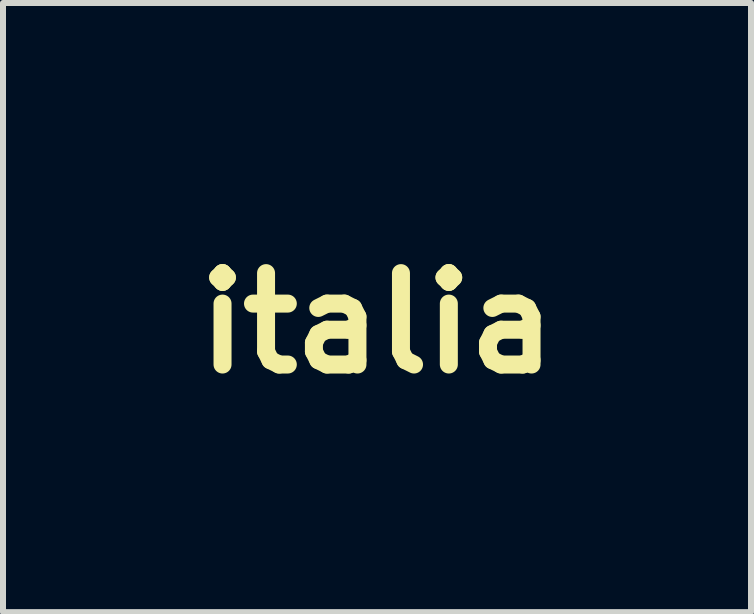
<source format=kicad_pcb>
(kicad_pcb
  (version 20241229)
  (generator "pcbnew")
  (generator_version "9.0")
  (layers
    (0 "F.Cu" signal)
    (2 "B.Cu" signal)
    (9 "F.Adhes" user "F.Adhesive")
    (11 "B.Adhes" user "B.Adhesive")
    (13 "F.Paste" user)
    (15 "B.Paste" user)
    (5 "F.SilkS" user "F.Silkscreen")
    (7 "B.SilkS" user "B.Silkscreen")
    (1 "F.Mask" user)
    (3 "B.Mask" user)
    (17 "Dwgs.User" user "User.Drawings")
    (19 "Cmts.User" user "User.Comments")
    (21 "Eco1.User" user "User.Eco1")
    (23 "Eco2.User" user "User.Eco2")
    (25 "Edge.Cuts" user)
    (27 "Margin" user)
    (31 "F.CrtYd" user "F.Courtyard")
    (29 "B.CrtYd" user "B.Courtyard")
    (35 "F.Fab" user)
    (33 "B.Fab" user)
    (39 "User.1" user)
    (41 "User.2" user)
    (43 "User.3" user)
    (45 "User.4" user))
  (footprint "italia"
    (layer "F.Cu")
    (at 3.237 2.339)
    (property "Reference" "italia" (at 0 0 0) (layer "F.SilkS") (effects (font (size 1.524 1.524) (thickness 0.3))))
    (attr through_hole)
    (fp_poly (pts (xy -1.372 0.156) (xy -1.375 0.159) (xy -1.378 0.156) (xy -1.375 0.152) (xy -1.372 0.156)) (stroke (width 0.01) (type solid)) (fill yes) (layer "F.Mask"))
    (fp_poly (pts (xy -0.059 1.348) (xy -0.059 1.356) (xy -0.059 1.357) (xy -0.063 1.356) (xy -0.064 1.353) (xy -0.061 1.347) (xy -0.059 1.348)) (stroke (width 0.01) (type solid)) (fill yes) (layer "F.Mask"))
    (fp_poly (pts (xy -1.313 0.907) (xy -1.31 0.92) (xy -1.313 0.933) (xy -1.318 0.947) (xy -1.326 0.93) (xy -1.332 0.913) (xy -1.332 0.904) (xy -1.324 0.902) (xy -1.313 0.907)) (stroke (width 0.01) (type solid)) (fill yes) (layer "F.Mask"))
    (fp_poly (pts (xy 0.489 0.259) (xy 0.489 0.26) (xy 0.484 0.267) (xy 0.483 0.267) (xy 0.476 0.262) (xy 0.476 0.26) (xy 0.481 0.254) (xy 0.483 0.254) (xy 0.489 0.259)) (stroke (width 0.01) (type solid)) (fill yes) (layer "F.Mask"))
    (fp_poly (pts (xy 0.177 -1.833) (xy 0.191 -1.827) (xy 0.198 -1.823) (xy 0.218 -1.809) (xy 0.232 -1.793) (xy 0.241 -1.779) (xy 0.241 -1.768) (xy 0.239 -1.766) (xy 0.232 -1.764) (xy 0.225 -1.772) (xy 0.218 -1.783) (xy 0.205 -1.802) (xy 0.187 -1.819) (xy 0.185 -1.821) (xy 0.172 -1.83) (xy 0.17 -1.835) (xy 0.177 -1.833)) (stroke (width 0.01) (type solid)) (fill yes) (layer "F.Mask"))
    (fp_poly (pts (xy -1.516 -1.869) (xy -1.506 -1.862) (xy -1.506 -1.862) (xy -1.497 -1.853) (xy -1.491 -1.85) (xy -1.477 -1.849) (xy -1.472 -1.849) (xy -1.464 -1.845) (xy -1.461 -1.835) (xy -1.46 -1.82) (xy -1.458 -1.799) (xy -1.452 -1.785) (xy -1.451 -1.784) (xy -1.445 -1.775) (xy -1.446 -1.769) (xy -1.449 -1.757) (xy -1.449 -1.752) (xy -1.454 -1.741) (xy -1.471 -1.729) (xy -1.476 -1.727) (xy -1.495 -1.718) (xy -1.508 -1.716) (xy -1.52 -1.719) (xy -1.521 -1.72) (xy -1.548 -1.727) (xy -1.572 -1.722) (xy -1.583 -1.714) (xy -1.598 -1.705) (xy -1.612 -1.702) (xy -1.624 -1.699) (xy -1.629 -1.695) (xy -1.638 -1.69) (xy -1.651 -1.69) (xy -1.66 -1.697) (xy -1.66 -1.697) (xy -1.664 -1.701) (xy -1.672 -1.694) (xy -1.679 -1.687) (xy -1.686 -1.689) (xy -1.692 -1.695) (xy -1.7 -1.712) (xy -1.701 -1.725) (xy -1.702 -1.742) (xy -1.706 -1.754) (xy -1.714 -1.756) (xy -1.715 -1.756) (xy -1.72 -1.756) (xy -1.721 -1.758) (xy -1.726 -1.765) (xy -1.733 -1.768) (xy -1.744 -1.778) (xy -1.75 -1.794) (xy -1.749 -1.811) (xy -1.749 -1.812) (xy -1.74 -1.82) (xy -1.731 -1.822) (xy -1.716 -1.827) (xy -1.701 -1.837) (xy -1.7 -1.839) (xy -1.689 -1.849) (xy -1.684 -1.851) (xy -1.68 -1.844) (xy -1.68 -1.842) (xy -1.672 -1.832) (xy -1.659 -1.83) (xy -1.644 -1.833) (xy -1.637 -1.837) (xy -1.629 -1.842) (xy -1.613 -1.845) (xy -1.609 -1.845) (xy -1.592 -1.847) (xy -1.581 -1.847) (xy -1.58 -1.847) (xy -1.573 -1.852) (xy -1.566 -1.858) (xy -1.551 -1.867) (xy -1.533 -1.871) (xy -1.516 -1.869)) (stroke (width 0.01) (type solid)) (fill yes) (layer "F.Mask"))
    (fp_poly (pts (xy 0.617 -0.344) (xy 0.636 -0.337) (xy 0.648 -0.334) (xy 0.663 -0.327) (xy 0.68 -0.316) (xy 0.686 -0.312) (xy 0.699 -0.299) (xy 0.703 -0.29) (xy 0.701 -0.285) (xy 0.696 -0.272) (xy 0.696 -0.254) (xy 0.699 -0.236) (xy 0.702 -0.229) (xy 0.701 -0.219) (xy 0.693 -0.207) (xy 0.681 -0.198) (xy 0.669 -0.195) (xy 0.666 -0.195) (xy 0.656 -0.194) (xy 0.653 -0.19) (xy 0.654 -0.164) (xy 0.658 -0.145) (xy 0.664 -0.136) (xy 0.669 -0.13) (xy 0.664 -0.124) (xy 0.653 -0.118) (xy 0.636 -0.112) (xy 0.622 -0.111) (xy 0.621 -0.111) (xy 0.61 -0.11) (xy 0.606 -0.105) (xy 0.597 -0.097) (xy 0.59 -0.095) (xy 0.576 -0.091) (xy 0.569 -0.086) (xy 0.56 -0.08) (xy 0.556 -0.082) (xy 0.548 -0.085) (xy 0.54 -0.084) (xy 0.53 -0.084) (xy 0.527 -0.087) (xy 0.521 -0.092) (xy 0.507 -0.099) (xy 0.487 -0.107) (xy 0.465 -0.113) (xy 0.444 -0.118) (xy 0.427 -0.121) (xy 0.426 -0.121) (xy 0.408 -0.117) (xy 0.397 -0.107) (xy 0.395 -0.094) (xy 0.396 -0.092) (xy 0.397 -0.084) (xy 0.392 -0.084) (xy 0.384 -0.09) (xy 0.381 -0.095) (xy 0.378 -0.11) (xy 0.381 -0.119) (xy 0.385 -0.131) (xy 0.382 -0.148) (xy 0.38 -0.156) (xy 0.375 -0.172) (xy 0.375 -0.182) (xy 0.381 -0.191) (xy 0.382 -0.192) (xy 0.393 -0.2) (xy 0.398 -0.202) (xy 0.407 -0.204) (xy 0.419 -0.211) (xy 0.429 -0.22) (xy 0.43 -0.228) (xy 0.427 -0.235) (xy 0.422 -0.246) (xy 0.426 -0.254) (xy 0.433 -0.26) (xy 0.45 -0.271) (xy 0.463 -0.271) (xy 0.467 -0.267) (xy 0.475 -0.264) (xy 0.48 -0.264) (xy 0.489 -0.262) (xy 0.497 -0.248) (xy 0.499 -0.245) (xy 0.506 -0.231) (xy 0.513 -0.223) (xy 0.514 -0.222) (xy 0.522 -0.228) (xy 0.534 -0.242) (xy 0.548 -0.263) (xy 0.564 -0.288) (xy 0.574 -0.308) (xy 0.587 -0.33) (xy 0.597 -0.343) (xy 0.608 -0.346) (xy 0.617 -0.344)) (stroke (width 0.01) (type solid)) (fill yes) (layer "F.Mask"))
    (fp_poly (pts (xy -0.082 -2.161) (xy -0.078 -2.158) (xy -0.062 -2.151) (xy -0.035 -2.147) (xy -0.023 -2.147) (xy 0.000232 -2.146) (xy 0.018 -2.144) (xy 0.028 -2.142) (xy 0.037 -2.139) (xy 0.056 -2.138) (xy 0.08 -2.137) (xy 0.089 -2.137) (xy 0.125 -2.135) (xy 0.15 -2.132) (xy 0.165 -2.127) (xy 0.171 -2.12) (xy 0.171 -2.117) (xy 0.166 -2.108) (xy 0.157 -2.102) (xy 0.142 -2.093) (xy 0.131 -2.084) (xy 0.119 -2.074) (xy 0.11 -2.07) (xy 0.102 -2.066) (xy 0.102 -2.063) (xy 0.098 -2.052) (xy 0.093 -2.045) (xy 0.087 -2.036) (xy 0.088 -2.025) (xy 0.092 -2.015) (xy 0.099 -2.002) (xy 0.109 -1.998) (xy 0.117 -1.999) (xy 0.133 -1.998) (xy 0.143 -1.994) (xy 0.153 -1.99) (xy 0.158 -1.991) (xy 0.165 -1.993) (xy 0.166 -1.988) (xy 0.161 -1.978) (xy 0.152 -1.967) (xy 0.144 -1.961) (xy 0.129 -1.944) (xy 0.122 -1.926) (xy 0.125 -1.91) (xy 0.13 -1.905) (xy 0.14 -1.9) (xy 0.149 -1.905) (xy 0.16 -1.91) (xy 0.164 -1.905) (xy 0.161 -1.892) (xy 0.159 -1.886) (xy 0.154 -1.868) (xy 0.155 -1.851) (xy 0.156 -1.84) (xy 0.152 -1.838) (xy 0.149 -1.839) (xy 0.142 -1.839) (xy 0.14 -1.828) (xy 0.14 -1.826) (xy 0.134 -1.809) (xy 0.12 -1.797) (xy 0.102 -1.795) (xy 0.093 -1.797) (xy 0.067 -1.803) (xy 0.046 -1.799) (xy 0.034 -1.79) (xy 0.02 -1.777) (xy 0.003 -1.813) (xy -0.007 -1.833) (xy -0.015 -1.843) (xy -0.023 -1.845) (xy -0.025 -1.845) (xy -0.037 -1.844) (xy -0.041 -1.847) (xy -0.05 -1.852) (xy -0.065 -1.852) (xy -0.08 -1.846) (xy -0.086 -1.841) (xy -0.094 -1.834) (xy -0.103 -1.834) (xy -0.114 -1.839) (xy -0.129 -1.849) (xy -0.137 -1.861) (xy -0.145 -1.874) (xy -0.152 -1.88) (xy -0.164 -1.892) (xy -0.169 -1.91) (xy -0.167 -1.928) (xy -0.163 -1.936) (xy -0.155 -1.947) (xy -0.152 -1.953) (xy -0.158 -1.971) (xy -0.17 -1.989) (xy -0.186 -2) (xy -0.187 -2) (xy -0.199 -2.005) (xy -0.2 -2.011) (xy -0.196 -2.018) (xy -0.185 -2.03) (xy -0.178 -2.036) (xy -0.17 -2.046) (xy -0.161 -2.062) (xy -0.159 -2.064) (xy -0.148 -2.081) (xy -0.133 -2.088) (xy -0.132 -2.088) (xy -0.118 -2.093) (xy -0.114 -2.103) (xy -0.109 -2.115) (xy -0.101 -2.119) (xy -0.091 -2.126) (xy -0.089 -2.139) (xy -0.09 -2.157) (xy -0.088 -2.163) (xy -0.082 -2.161)) (stroke (width 0.01) (type solid)) (fill yes) (layer "F.Mask"))
    (fp_poly (pts (xy 0.972 0.004) (xy 0.987 0.015) (xy 0.998 0.028) (xy 1.003 0.041) (xy 1.002 0.049) (xy 0.997 0.051) (xy 0.991 0.056) (xy 0.991 0.057) (xy 0.996 0.065) (xy 1.011 0.072) (xy 1.03 0.076) (xy 1.046 0.078) (xy 1.061 0.08) (xy 1.067 0.085) (xy 1.072 0.097) (xy 1.086 0.114) (xy 1.109 0.134) (xy 1.117 0.141) (xy 1.132 0.152) (xy 1.141 0.154) (xy 1.149 0.15) (xy 1.149 0.15) (xy 1.156 0.145) (xy 1.164 0.142) (xy 1.178 0.14) (xy 1.2 0.138) (xy 1.2 0.138) (xy 1.222 0.137) (xy 1.226 0.175) (xy 1.23 0.203) (xy 1.233 0.221) (xy 1.238 0.233) (xy 1.245 0.241) (xy 1.256 0.248) (xy 1.269 0.257) (xy 1.275 0.265) (xy 1.274 0.276) (xy 1.267 0.295) (xy 1.264 0.3) (xy 1.254 0.323) (xy 1.244 0.346) (xy 1.242 0.351) (xy 1.232 0.375) (xy 1.191 0.375) (xy 1.169 0.375) (xy 1.156 0.376) (xy 1.15 0.381) (xy 1.149 0.388) (xy 1.149 0.392) (xy 1.145 0.426) (xy 1.138 0.449) (xy 1.127 0.461) (xy 1.116 0.464) (xy 1.101 0.466) (xy 1.081 0.471) (xy 1.078 0.473) (xy 1.061 0.477) (xy 1.052 0.476) (xy 1.048 0.473) (xy 1.044 0.461) (xy 1.045 0.455) (xy 1.046 0.449) (xy 1.04 0.446) (xy 1.025 0.445) (xy 1.012 0.445) (xy 0.985 0.447) (xy 0.967 0.453) (xy 0.965 0.454) (xy 0.956 0.46) (xy 0.949 0.457) (xy 0.944 0.452) (xy 0.937 0.436) (xy 0.937 0.415) (xy 0.942 0.393) (xy 0.951 0.376) (xy 0.953 0.374) (xy 0.965 0.357) (xy 0.966 0.342) (xy 0.959 0.33) (xy 0.953 0.327) (xy 0.941 0.318) (xy 0.936 0.308) (xy 0.931 0.296) (xy 0.927 0.292) (xy 0.916 0.287) (xy 0.902 0.275) (xy 0.889 0.259) (xy 0.88 0.244) (xy 0.879 0.24) (xy 0.872 0.225) (xy 0.863 0.218) (xy 0.852 0.212) (xy 0.853 0.204) (xy 0.859 0.197) (xy 0.864 0.19) (xy 0.859 0.186) (xy 0.838 0.172) (xy 0.825 0.148) (xy 0.821 0.134) (xy 0.819 0.117) (xy 0.821 0.11) (xy 0.826 0.109) (xy 0.828 0.11) (xy 0.841 0.109) (xy 0.854 0.099) (xy 0.865 0.083) (xy 0.871 0.064) (xy 0.871 0.046) (xy 0.87 0.041) (xy 0.867 0.03) (xy 0.871 0.023) (xy 0.883 0.02) (xy 0.904 0.018) (xy 0.923 0.016) (xy 0.937 0.011) (xy 0.941 0.008) (xy 0.954 0.001) (xy 0.972 0.004)) (stroke (width 0.01) (type solid)) (fill yes) (layer "F.Mask"))
    (fp_poly (pts (xy -0.029 -1.082) (xy -0.012 -1.072) (xy 0.01 -1.056) (xy 0.035 -1.038) (xy 0.061 -1.017) (xy 0.069 -1.011) (xy 0.105 -0.983) (xy 0.137 -0.964) (xy 0.163 -0.954) (xy 0.173 -0.953) (xy 0.189 -0.948) (xy 0.197 -0.941) (xy 0.204 -0.93) (xy 0.215 -0.909) (xy 0.228 -0.881) (xy 0.243 -0.85) (xy 0.258 -0.816) (xy 0.272 -0.783) (xy 0.284 -0.753) (xy 0.293 -0.729) (xy 0.294 -0.725) (xy 0.309 -0.68) (xy 0.278 -0.667) (xy 0.261 -0.659) (xy 0.25 -0.651) (xy 0.248 -0.648) (xy 0.242 -0.644) (xy 0.228 -0.641) (xy 0.226 -0.641) (xy 0.207 -0.638) (xy 0.197 -0.628) (xy 0.187 -0.614) (xy 0.177 -0.6) (xy 0.168 -0.592) (xy 0.165 -0.591) (xy 0.158 -0.594) (xy 0.149 -0.6) (xy 0.137 -0.607) (xy 0.129 -0.607) (xy 0.124 -0.607) (xy 0.127 -0.615) (xy 0.13 -0.627) (xy 0.129 -0.642) (xy 0.125 -0.652) (xy 0.121 -0.654) (xy 0.113 -0.65) (xy 0.109 -0.646) (xy 0.102 -0.643) (xy 0.093 -0.648) (xy 0.089 -0.654) (xy 0.076 -0.665) (xy 0.062 -0.67) (xy 0.039 -0.676) (xy 0.024 -0.69) (xy 0.019 -0.713) (xy 0.019 -0.715) (xy 0.017 -0.734) (xy 0.012 -0.748) (xy 0.011 -0.75) (xy 0.005 -0.762) (xy 0.005 -0.767) (xy 0.004 -0.778) (xy -0.001 -0.794) (xy -0.002 -0.796) (xy -0.015 -0.825) (xy -0.023 -0.845) (xy -0.026 -0.861) (xy -0.026 -0.872) (xy -0.027 -0.884) (xy -0.034 -0.889) (xy -0.038 -0.889) (xy -0.048 -0.886) (xy -0.051 -0.883) (xy -0.055 -0.876) (xy -0.067 -0.877) (xy -0.081 -0.882) (xy -0.095 -0.893) (xy -0.098 -0.896) (xy -0.114 -0.91) (xy -0.129 -0.913) (xy -0.132 -0.913) (xy -0.144 -0.914) (xy -0.149 -0.921) (xy -0.149 -0.927) (xy -0.151 -0.938) (xy -0.157 -0.942) (xy -0.172 -0.941) (xy -0.18 -0.939) (xy -0.192 -0.939) (xy -0.195 -0.945) (xy -0.189 -0.954) (xy -0.176 -0.962) (xy -0.175 -0.962) (xy -0.158 -0.972) (xy -0.153 -0.982) (xy -0.159 -0.994) (xy -0.162 -0.997) (xy -0.168 -1.007) (xy -0.166 -1.019) (xy -0.163 -1.024) (xy -0.154 -1.037) (xy -0.144 -1.041) (xy -0.135 -1.044) (xy -0.133 -1.048) (xy -0.128 -1.053) (xy -0.124 -1.054) (xy -0.115 -1.051) (xy -0.114 -1.048) (xy -0.109 -1.043) (xy -0.102 -1.041) (xy -0.091 -1.039) (xy -0.089 -1.036) (xy -0.084 -1.029) (xy -0.079 -1.026) (xy -0.068 -1.028) (xy -0.056 -1.038) (xy -0.047 -1.053) (xy -0.044 -1.068) (xy -0.043 -1.081) (xy -0.039 -1.086) (xy -0.029 -1.082)) (stroke (width 0.01) (type solid)) (fill yes) (layer "F.Mask"))
    (fp_poly (pts (xy 0.314 -0.672) (xy 0.316 -0.665) (xy 0.321 -0.651) (xy 0.324 -0.642) (xy 0.341 -0.603) (xy 0.367 -0.564) (xy 0.399 -0.527) (xy 0.415 -0.511) (xy 0.44 -0.489) (xy 0.467 -0.465) (xy 0.488 -0.446) (xy 0.509 -0.429) (xy 0.53 -0.414) (xy 0.547 -0.406) (xy 0.548 -0.405) (xy 0.566 -0.397) (xy 0.572 -0.387) (xy 0.576 -0.373) (xy 0.581 -0.367) (xy 0.586 -0.358) (xy 0.584 -0.348) (xy 0.581 -0.342) (xy 0.571 -0.325) (xy 0.562 -0.308) (xy 0.544 -0.275) (xy 0.53 -0.254) (xy 0.519 -0.243) (xy 0.512 -0.243) (xy 0.507 -0.252) (xy 0.506 -0.254) (xy 0.498 -0.266) (xy 0.491 -0.27) (xy 0.475 -0.277) (xy 0.468 -0.28) (xy 0.455 -0.285) (xy 0.443 -0.283) (xy 0.429 -0.272) (xy 0.425 -0.268) (xy 0.413 -0.251) (xy 0.41 -0.238) (xy 0.41 -0.237) (xy 0.407 -0.226) (xy 0.396 -0.215) (xy 0.381 -0.205) (xy 0.365 -0.199) (xy 0.352 -0.199) (xy 0.346 -0.203) (xy 0.338 -0.208) (xy 0.323 -0.213) (xy 0.322 -0.213) (xy 0.305 -0.218) (xy 0.292 -0.225) (xy 0.274 -0.236) (xy 0.26 -0.235) (xy 0.252 -0.228) (xy 0.244 -0.221) (xy 0.238 -0.22) (xy 0.226 -0.225) (xy 0.221 -0.229) (xy 0.204 -0.237) (xy 0.19 -0.241) (xy 0.189 -0.241) (xy 0.18 -0.245) (xy 0.179 -0.257) (xy 0.179 -0.258) (xy 0.179 -0.268) (xy 0.174 -0.276) (xy 0.163 -0.284) (xy 0.142 -0.295) (xy 0.14 -0.296) (xy 0.119 -0.306) (xy 0.102 -0.312) (xy 0.092 -0.313) (xy 0.092 -0.313) (xy 0.083 -0.316) (xy 0.076 -0.324) (xy 0.072 -0.336) (xy 0.078 -0.348) (xy 0.08 -0.351) (xy 0.089 -0.362) (xy 0.092 -0.366) (xy 0.098 -0.366) (xy 0.112 -0.363) (xy 0.119 -0.361) (xy 0.139 -0.357) (xy 0.151 -0.359) (xy 0.156 -0.362) (xy 0.164 -0.376) (xy 0.161 -0.391) (xy 0.146 -0.406) (xy 0.146 -0.406) (xy 0.133 -0.418) (xy 0.127 -0.428) (xy 0.127 -0.429) (xy 0.122 -0.44) (xy 0.118 -0.442) (xy 0.112 -0.45) (xy 0.112 -0.455) (xy 0.112 -0.467) (xy 0.11 -0.472) (xy 0.106 -0.485) (xy 0.106 -0.51) (xy 0.107 -0.529) (xy 0.113 -0.531) (xy 0.128 -0.533) (xy 0.137 -0.533) (xy 0.155 -0.534) (xy 0.166 -0.539) (xy 0.171 -0.548) (xy 0.172 -0.564) (xy 0.167 -0.573) (xy 0.16 -0.581) (xy 0.163 -0.584) (xy 0.166 -0.584) (xy 0.177 -0.589) (xy 0.19 -0.6) (xy 0.2 -0.613) (xy 0.203 -0.621) (xy 0.209 -0.626) (xy 0.223 -0.631) (xy 0.227 -0.632) (xy 0.244 -0.637) (xy 0.256 -0.643) (xy 0.257 -0.644) (xy 0.265 -0.65) (xy 0.279 -0.658) (xy 0.295 -0.665) (xy 0.308 -0.671) (xy 0.314 -0.672) (xy 0.314 -0.672)) (stroke (width 0.01) (type solid)) (fill yes) (layer "F.Mask"))
    (fp_poly (pts (xy -0.158 -0.925) (xy -0.164 -0.92) (xy -0.167 -0.919) (xy -0.172 -0.914) (xy -0.167 -0.908) (xy -0.156 -0.902) (xy -0.141 -0.9) (xy -0.138 -0.9) (xy -0.116 -0.895) (xy -0.098 -0.882) (xy -0.081 -0.869) (xy -0.064 -0.865) (xy -0.06 -0.866) (xy -0.048 -0.866) (xy -0.04 -0.862) (xy -0.035 -0.849) (xy -0.032 -0.839) (xy -0.025 -0.817) (xy -0.017 -0.798) (xy -0.014 -0.793) (xy -0.009 -0.776) (xy -0.009 -0.763) (xy -0.009 -0.75) (xy -0.004 -0.745) (xy 0.002 -0.736) (xy 0.007 -0.719) (xy 0.008 -0.712) (xy 0.013 -0.693) (xy 0.019 -0.68) (xy 0.022 -0.678) (xy 0.03 -0.669) (xy 0.032 -0.664) (xy 0.036 -0.652) (xy 0.047 -0.65) (xy 0.054 -0.654) (xy 0.063 -0.658) (xy 0.073 -0.654) (xy 0.078 -0.649) (xy 0.093 -0.639) (xy 0.107 -0.635) (xy 0.119 -0.632) (xy 0.119 -0.624) (xy 0.111 -0.616) (xy 0.104 -0.604) (xy 0.102 -0.591) (xy 0.096 -0.575) (xy 0.082 -0.566) (xy 0.066 -0.565) (xy 0.056 -0.561) (xy 0.054 -0.559) (xy 0.045 -0.554) (xy 0.031 -0.552) (xy 0.018 -0.55) (xy 0.013 -0.543) (xy 0.013 -0.54) (xy 0.007 -0.528) (xy -0.009 -0.517) (xy -0.024 -0.508) (xy -0.033 -0.497) (xy -0.034 -0.495) (xy -0.04 -0.487) (xy -0.05 -0.487) (xy -0.06 -0.487) (xy -0.063 -0.479) (xy -0.064 -0.474) (xy -0.066 -0.461) (xy -0.075 -0.458) (xy -0.091 -0.464) (xy -0.093 -0.465) (xy -0.105 -0.475) (xy -0.109 -0.485) (xy -0.113 -0.495) (xy -0.125 -0.497) (xy -0.129 -0.497) (xy -0.143 -0.498) (xy -0.15 -0.506) (xy -0.15 -0.508) (xy -0.155 -0.518) (xy -0.159 -0.521) (xy -0.164 -0.526) (xy -0.165 -0.536) (xy -0.17 -0.553) (xy -0.183 -0.562) (xy -0.207 -0.563) (xy -0.211 -0.563) (xy -0.235 -0.561) (xy -0.249 -0.566) (xy -0.251 -0.576) (xy -0.248 -0.583) (xy -0.245 -0.594) (xy -0.252 -0.602) (xy -0.256 -0.605) (xy -0.265 -0.613) (xy -0.265 -0.622) (xy -0.261 -0.63) (xy -0.256 -0.644) (xy -0.256 -0.652) (xy -0.257 -0.661) (xy -0.255 -0.677) (xy -0.254 -0.686) (xy -0.251 -0.705) (xy -0.253 -0.717) (xy -0.258 -0.721) (xy -0.266 -0.734) (xy -0.262 -0.747) (xy -0.251 -0.758) (xy -0.239 -0.769) (xy -0.235 -0.778) (xy -0.232 -0.786) (xy -0.23 -0.786) (xy -0.222 -0.787) (xy -0.207 -0.792) (xy -0.205 -0.793) (xy -0.192 -0.801) (xy -0.185 -0.81) (xy -0.185 -0.816) (xy -0.193 -0.818) (xy -0.197 -0.817) (xy -0.207 -0.818) (xy -0.21 -0.825) (xy -0.214 -0.837) (xy -0.223 -0.847) (xy -0.236 -0.858) (xy -0.221 -0.87) (xy -0.211 -0.88) (xy -0.212 -0.888) (xy -0.214 -0.889) (xy -0.215 -0.898) (xy -0.208 -0.91) (xy -0.195 -0.921) (xy -0.179 -0.928) (xy -0.176 -0.928) (xy -0.163 -0.929) (xy -0.158 -0.925)) (stroke (width 0.01) (type solid)) (fill yes) (layer "F.Mask"))
    (fp_poly (pts (xy -1.142 -1.339) (xy -1.138 -1.335) (xy -1.119 -1.318) (xy -1.107 -1.308) (xy -1.098 -1.304) (xy -1.09 -1.306) (xy -1.085 -1.308) (xy -1.073 -1.312) (xy -1.056 -1.312) (xy -1.037 -1.308) (xy -1.016 -1.302) (xy -1.006 -1.295) (xy -1.005 -1.283) (xy -1.011 -1.267) (xy -1.014 -1.251) (xy -1.007 -1.243) (xy -0.992 -1.243) (xy -0.987 -1.245) (xy -0.978 -1.246) (xy -0.969 -1.243) (xy -0.956 -1.234) (xy -0.938 -1.217) (xy -0.934 -1.213) (xy -0.915 -1.194) (xy -0.902 -1.177) (xy -0.896 -1.165) (xy -0.895 -1.163) (xy -0.889 -1.15) (xy -0.876 -1.142) (xy -0.862 -1.132) (xy -0.857 -1.122) (xy -0.854 -1.113) (xy -0.847 -1.114) (xy -0.841 -1.114) (xy -0.841 -1.111) (xy -0.852 -1.105) (xy -0.866 -1.108) (xy -0.878 -1.116) (xy -0.889 -1.123) (xy -0.9 -1.12) (xy -0.902 -1.119) (xy -0.914 -1.115) (xy -0.918 -1.118) (xy -0.925 -1.126) (xy -0.939 -1.136) (xy -0.943 -1.138) (xy -0.984 -1.167) (xy -1.017 -1.188) (xy -1.041 -1.203) (xy -1.058 -1.213) (xy -1.07 -1.218) (xy -1.076 -1.219) (xy -1.079 -1.216) (xy -1.079 -1.213) (xy -1.084 -1.207) (xy -1.086 -1.206) (xy -1.092 -1.212) (xy -1.092 -1.216) (xy -1.096 -1.223) (xy -1.109 -1.229) (xy -1.132 -1.236) (xy -1.166 -1.244) (xy -1.173 -1.246) (xy -1.195 -1.25) (xy -1.21 -1.25) (xy -1.223 -1.247) (xy -1.239 -1.239) (xy -1.24 -1.239) (xy -1.273 -1.219) (xy -1.294 -1.202) (xy -1.307 -1.186) (xy -1.31 -1.176) (xy -1.318 -1.159) (xy -1.334 -1.149) (xy -1.355 -1.134) (xy -1.367 -1.115) (xy -1.381 -1.086) (xy -1.393 -1.066) (xy -1.404 -1.051) (xy -1.404 -1.051) (xy -1.417 -1.04) (xy -1.438 -1.029) (xy -1.461 -1.019) (xy -1.48 -1.014) (xy -1.498 -1.009) (xy -1.513 -1.004) (xy -1.527 -0.999) (xy -1.536 -0.998) (xy -1.545 -1) (xy -1.554 -1.001) (xy -1.565 -1.008) (xy -1.571 -1.018) (xy -1.57 -1.029) (xy -1.565 -1.033) (xy -1.556 -1.041) (xy -1.553 -1.048) (xy -1.544 -1.059) (xy -1.536 -1.062) (xy -1.526 -1.07) (xy -1.524 -1.077) (xy -1.519 -1.09) (xy -1.511 -1.097) (xy -1.501 -1.108) (xy -1.502 -1.119) (xy -1.504 -1.128) (xy -1.498 -1.129) (xy -1.491 -1.128) (xy -1.475 -1.124) (xy -1.454 -1.12) (xy -1.453 -1.12) (xy -1.429 -1.121) (xy -1.411 -1.133) (xy -1.401 -1.154) (xy -1.4 -1.168) (xy -1.393 -1.197) (xy -1.381 -1.22) (xy -1.37 -1.238) (xy -1.363 -1.252) (xy -1.361 -1.257) (xy -1.36 -1.274) (xy -1.356 -1.279) (xy -1.347 -1.277) (xy -1.339 -1.273) (xy -1.323 -1.267) (xy -1.313 -1.269) (xy -1.312 -1.269) (xy -1.302 -1.274) (xy -1.285 -1.276) (xy -1.283 -1.276) (xy -1.265 -1.279) (xy -1.254 -1.287) (xy -1.251 -1.292) (xy -1.24 -1.306) (xy -1.228 -1.307) (xy -1.218 -1.298) (xy -1.215 -1.289) (xy -1.209 -1.275) (xy -1.201 -1.27) (xy -1.194 -1.277) (xy -1.192 -1.282) (xy -1.184 -1.292) (xy -1.174 -1.296) (xy -1.164 -1.3) (xy -1.16 -1.309) (xy -1.161 -1.319) (xy -1.16 -1.336) (xy -1.153 -1.343) (xy -1.142 -1.339)) (stroke (width 0.01) (type solid)) (fill yes) (layer "F.Mask"))
    (fp_poly (pts (xy 1.21 0.388) (xy 1.211 0.394) (xy 1.21 0.398) (xy 1.21 0.415) (xy 1.213 0.428) (xy 1.215 0.44) (xy 1.213 0.453) (xy 1.204 0.471) (xy 1.2 0.479) (xy 1.187 0.503) (xy 1.182 0.52) (xy 1.184 0.531) (xy 1.191 0.54) (xy 1.198 0.552) (xy 1.2 0.562) (xy 1.206 0.574) (xy 1.22 0.584) (xy 1.24 0.588) (xy 1.26 0.587) (xy 1.273 0.586) (xy 1.287 0.593) (xy 1.299 0.603) (xy 1.317 0.616) (xy 1.334 0.625) (xy 1.34 0.626) (xy 1.357 0.634) (xy 1.372 0.645) (xy 1.385 0.656) (xy 1.395 0.66) (xy 1.395 0.66) (xy 1.401 0.664) (xy 1.4 0.667) (xy 1.397 0.679) (xy 1.396 0.697) (xy 1.397 0.716) (xy 1.401 0.729) (xy 1.402 0.732) (xy 1.405 0.741) (xy 1.406 0.758) (xy 1.405 0.762) (xy 1.405 0.782) (xy 1.412 0.795) (xy 1.414 0.798) (xy 1.423 0.814) (xy 1.422 0.829) (xy 1.42 0.839) (xy 1.415 0.845) (xy 1.404 0.847) (xy 1.385 0.848) (xy 1.381 0.848) (xy 1.35 0.851) (xy 1.321 0.86) (xy 1.292 0.877) (xy 1.278 0.888) (xy 1.261 0.904) (xy 1.248 0.923) (xy 1.238 0.941) (xy 1.235 0.955) (xy 1.237 0.961) (xy 1.241 0.971) (xy 1.246 0.989) (xy 1.25 1.012) (xy 1.251 1.014) (xy 1.254 1.038) (xy 1.255 1.054) (xy 1.253 1.065) (xy 1.248 1.075) (xy 1.245 1.079) (xy 1.23 1.095) (xy 1.21 1.109) (xy 1.206 1.111) (xy 1.185 1.127) (xy 1.165 1.151) (xy 1.147 1.179) (xy 1.136 1.207) (xy 1.133 1.217) (xy 1.127 1.244) (xy 1.12 1.265) (xy 1.112 1.276) (xy 1.109 1.277) (xy 1.098 1.278) (xy 1.081 1.279) (xy 1.076 1.28) (xy 1.055 1.281) (xy 1.037 1.284) (xy 1.035 1.284) (xy 1.017 1.284) (xy 1.002 1.279) (xy 0.987 1.266) (xy 0.983 1.252) (xy 0.982 1.222) (xy 0.98 1.203) (xy 0.979 1.191) (xy 0.977 1.185) (xy 0.976 1.183) (xy 0.975 1.176) (xy 0.983 1.167) (xy 0.994 1.162) (xy 0.997 1.162) (xy 1.01 1.157) (xy 1.023 1.143) (xy 1.035 1.118) (xy 1.047 1.082) (xy 1.054 1.056) (xy 1.056 1.041) (xy 1.051 1.03) (xy 1.041 1.019) (xy 1.029 1.006) (xy 1.027 0.997) (xy 1.03 0.993) (xy 1.04 0.985) (xy 1.045 0.984) (xy 1.055 0.98) (xy 1.06 0.975) (xy 1.072 0.968) (xy 1.091 0.965) (xy 1.093 0.965) (xy 1.115 0.96) (xy 1.13 0.945) (xy 1.138 0.921) (xy 1.138 0.904) (xy 1.136 0.883) (xy 1.129 0.87) (xy 1.122 0.864) (xy 1.103 0.841) (xy 1.088 0.806) (xy 1.078 0.763) (xy 1.069 0.722) (xy 1.055 0.685) (xy 1.038 0.655) (xy 1.026 0.641) (xy 1.007 0.617) (xy 0.991 0.583) (xy 0.977 0.537) (xy 0.975 0.527) (xy 0.969 0.497) (xy 0.968 0.477) (xy 0.972 0.465) (xy 0.982 0.459) (xy 0.999 0.457) (xy 1 0.457) (xy 1.018 0.458) (xy 1.028 0.464) (xy 1.034 0.473) (xy 1.04 0.483) (xy 1.049 0.487) (xy 1.065 0.488) (xy 1.071 0.487) (xy 1.092 0.484) (xy 1.107 0.479) (xy 1.109 0.476) (xy 1.117 0.47) (xy 1.128 0.473) (xy 1.13 0.475) (xy 1.143 0.482) (xy 1.149 0.48) (xy 1.147 0.473) (xy 1.146 0.459) (xy 1.149 0.451) (xy 1.154 0.438) (xy 1.157 0.418) (xy 1.157 0.414) (xy 1.159 0.398) (xy 1.164 0.39) (xy 1.175 0.387) (xy 1.186 0.386) (xy 1.203 0.385) (xy 1.21 0.388)) (stroke (width 0.01) (type solid)) (fill yes) (layer "F.Mask"))
    (fp_poly (pts (xy -0.255 -2.327) (xy -0.262 -2.32) (xy -0.27 -2.318) (xy -0.277 -2.313) (xy -0.279 -2.301) (xy -0.278 -2.288) (xy -0.275 -2.283) (xy -0.27 -2.275) (xy -0.27 -2.274) (xy -0.265 -2.264) (xy -0.254 -2.255) (xy -0.243 -2.249) (xy -0.24 -2.249) (xy -0.234 -2.246) (xy -0.234 -2.234) (xy -0.233 -2.22) (xy -0.226 -2.216) (xy -0.216 -2.211) (xy -0.209 -2.202) (xy -0.2 -2.189) (xy -0.194 -2.183) (xy -0.191 -2.176) (xy -0.198 -2.17) (xy -0.216 -2.164) (xy -0.225 -2.163) (xy -0.25 -2.163) (xy -0.265 -2.169) (xy -0.279 -2.175) (xy -0.288 -2.171) (xy -0.294 -2.156) (xy -0.296 -2.15) (xy -0.3 -2.135) (xy -0.311 -2.126) (xy -0.324 -2.122) (xy -0.345 -2.113) (xy -0.358 -2.103) (xy -0.36 -2.093) (xy -0.355 -2.087) (xy -0.348 -2.075) (xy -0.352 -2.062) (xy -0.361 -2.053) (xy -0.367 -2.046) (xy -0.364 -2.038) (xy -0.36 -2.034) (xy -0.352 -2.023) (xy -0.349 -2.012) (xy -0.349 -2.007) (xy -0.344 -2.001) (xy -0.342 -2) (xy -0.331 -1.995) (xy -0.324 -1.982) (xy -0.322 -1.969) (xy -0.322 -1.968) (xy -0.33 -1.958) (xy -0.346 -1.949) (xy -0.365 -1.944) (xy -0.375 -1.943) (xy -0.383 -1.938) (xy -0.389 -1.925) (xy -0.392 -1.91) (xy -0.39 -1.898) (xy -0.392 -1.893) (xy -0.397 -1.892) (xy -0.405 -1.896) (xy -0.406 -1.899) (xy -0.412 -1.903) (xy -0.425 -1.905) (xy -0.44 -1.903) (xy -0.448 -1.899) (xy -0.457 -1.893) (xy -0.464 -1.892) (xy -0.474 -1.888) (xy -0.476 -1.88) (xy -0.478 -1.87) (xy -0.481 -1.868) (xy -0.496 -1.868) (xy -0.506 -1.863) (xy -0.508 -1.86) (xy -0.51 -1.85) (xy -0.516 -1.834) (xy -0.517 -1.833) (xy -0.524 -1.814) (xy -0.528 -1.797) (xy -0.532 -1.785) (xy -0.543 -1.781) (xy -0.549 -1.781) (xy -0.567 -1.779) (xy -0.578 -1.775) (xy -0.591 -1.776) (xy -0.595 -1.779) (xy -0.601 -1.791) (xy -0.604 -1.807) (xy -0.607 -1.818) (xy -0.612 -1.824) (xy -0.625 -1.827) (xy -0.637 -1.828) (xy -0.661 -1.827) (xy -0.677 -1.821) (xy -0.68 -1.819) (xy -0.69 -1.812) (xy -0.698 -1.814) (xy -0.701 -1.817) (xy -0.709 -1.832) (xy -0.715 -1.855) (xy -0.717 -1.879) (xy -0.716 -1.901) (xy -0.71 -1.916) (xy -0.709 -1.916) (xy -0.704 -1.928) (xy -0.699 -1.947) (xy -0.696 -1.97) (xy -0.694 -1.992) (xy -0.694 -2.011) (xy -0.697 -2.021) (xy -0.698 -2.022) (xy -0.7 -2.029) (xy -0.691 -2.038) (xy -0.681 -2.052) (xy -0.682 -2.068) (xy -0.692 -2.081) (xy -0.707 -2.088) (xy -0.72 -2.093) (xy -0.726 -2.099) (xy -0.726 -2.099) (xy -0.724 -2.109) (xy -0.72 -2.123) (xy -0.719 -2.136) (xy -0.725 -2.143) (xy -0.729 -2.144) (xy -0.742 -2.151) (xy -0.745 -2.165) (xy -0.741 -2.178) (xy -0.735 -2.195) (xy -0.732 -2.209) (xy -0.731 -2.215) (xy -0.725 -2.221) (xy -0.717 -2.223) (xy -0.701 -2.226) (xy -0.691 -2.229) (xy -0.678 -2.232) (xy -0.667 -2.227) (xy -0.662 -2.217) (xy -0.663 -2.213) (xy -0.66 -2.206) (xy -0.647 -2.201) (xy -0.628 -2.197) (xy -0.606 -2.196) (xy -0.597 -2.197) (xy -0.576 -2.203) (xy -0.563 -2.217) (xy -0.556 -2.237) (xy -0.546 -2.26) (xy -0.526 -2.276) (xy -0.498 -2.283) (xy -0.496 -2.283) (xy -0.476 -2.284) (xy -0.461 -2.287) (xy -0.457 -2.288) (xy -0.435 -2.292) (xy -0.406 -2.292) (xy -0.378 -2.291) (xy -0.36 -2.293) (xy -0.347 -2.298) (xy -0.344 -2.3) (xy -0.334 -2.307) (xy -0.316 -2.315) (xy -0.296 -2.323) (xy -0.277 -2.33) (xy -0.262 -2.334) (xy -0.256 -2.334) (xy -0.255 -2.327)) (stroke (width 0.01) (type solid)) (fill yes) (layer "F.Mask"))
    (fp_poly (pts (xy 0.69 -0.113) (xy 0.693 -0.111) (xy 0.701 -0.098) (xy 0.699 -0.09) (xy 0.696 -0.076) (xy 0.701 -0.066) (xy 0.708 -0.064) (xy 0.717 -0.058) (xy 0.72 -0.054) (xy 0.728 -0.047) (xy 0.738 -0.043) (xy 0.748 -0.04) (xy 0.751 -0.032) (xy 0.751 -0.019) (xy 0.753 0.002) (xy 0.763 0.016) (xy 0.784 0.025) (xy 0.804 0.028) (xy 0.83 0.031) (xy 0.846 0.036) (xy 0.854 0.043) (xy 0.857 0.053) (xy 0.857 0.058) (xy 0.852 0.078) (xy 0.838 0.094) (xy 0.818 0.101) (xy 0.815 0.102) (xy 0.803 0.104) (xy 0.802 0.111) (xy 0.801 0.12) (xy 0.798 0.122) (xy 0.795 0.128) (xy 0.802 0.136) (xy 0.811 0.15) (xy 0.813 0.161) (xy 0.819 0.176) (xy 0.828 0.184) (xy 0.839 0.194) (xy 0.84 0.204) (xy 0.842 0.218) (xy 0.85 0.226) (xy 0.86 0.238) (xy 0.864 0.247) (xy 0.868 0.257) (xy 0.879 0.271) (xy 0.893 0.285) (xy 0.906 0.295) (xy 0.913 0.298) (xy 0.918 0.304) (xy 0.925 0.317) (xy 0.925 0.318) (xy 0.933 0.331) (xy 0.942 0.337) (xy 0.942 0.337) (xy 0.951 0.341) (xy 0.952 0.351) (xy 0.945 0.364) (xy 0.94 0.37) (xy 0.93 0.384) (xy 0.927 0.396) (xy 0.925 0.41) (xy 0.921 0.416) (xy 0.917 0.424) (xy 0.918 0.427) (xy 0.919 0.431) (xy 0.914 0.427) (xy 0.898 0.42) (xy 0.88 0.425) (xy 0.863 0.438) (xy 0.849 0.45) (xy 0.838 0.456) (xy 0.836 0.457) (xy 0.828 0.453) (xy 0.814 0.442) (xy 0.796 0.427) (xy 0.794 0.425) (xy 0.769 0.405) (xy 0.75 0.395) (xy 0.743 0.394) (xy 0.727 0.39) (xy 0.718 0.384) (xy 0.707 0.376) (xy 0.701 0.375) (xy 0.695 0.371) (xy 0.696 0.358) (xy 0.696 0.357) (xy 0.701 0.342) (xy 0.706 0.334) (xy 0.711 0.322) (xy 0.708 0.305) (xy 0.698 0.281) (xy 0.691 0.27) (xy 0.675 0.244) (xy 0.658 0.221) (xy 0.641 0.205) (xy 0.629 0.197) (xy 0.626 0.197) (xy 0.615 0.201) (xy 0.61 0.206) (xy 0.601 0.213) (xy 0.596 0.212) (xy 0.588 0.213) (xy 0.576 0.219) (xy 0.561 0.225) (xy 0.55 0.225) (xy 0.538 0.225) (xy 0.524 0.231) (xy 0.511 0.239) (xy 0.507 0.24) (xy 0.512 0.233) (xy 0.525 0.219) (xy 0.537 0.204) (xy 0.542 0.193) (xy 0.54 0.184) (xy 0.54 0.184) (xy 0.531 0.174) (xy 0.526 0.171) (xy 0.517 0.168) (xy 0.504 0.158) (xy 0.5 0.156) (xy 0.482 0.143) (xy 0.469 0.141) (xy 0.458 0.148) (xy 0.457 0.149) (xy 0.448 0.155) (xy 0.434 0.152) (xy 0.42 0.149) (xy 0.412 0.15) (xy 0.408 0.147) (xy 0.406 0.141) (xy 0.403 0.128) (xy 0.394 0.112) (xy 0.391 0.107) (xy 0.377 0.087) (xy 0.364 0.064) (xy 0.362 0.06) (xy 0.349 0.04) (xy 0.335 0.021) (xy 0.332 0.018) (xy 0.316 0.001) (xy 0.333 -0.015) (xy 0.344 -0.028) (xy 0.347 -0.042) (xy 0.346 -0.055) (xy 0.346 -0.073) (xy 0.35 -0.083) (xy 0.356 -0.088) (xy 0.366 -0.092) (xy 0.374 -0.086) (xy 0.376 -0.083) (xy 0.39 -0.072) (xy 0.402 -0.07) (xy 0.414 -0.071) (xy 0.416 -0.076) (xy 0.413 -0.082) (xy 0.408 -0.095) (xy 0.406 -0.1) (xy 0.412 -0.107) (xy 0.425 -0.11) (xy 0.442 -0.109) (xy 0.457 -0.105) (xy 0.458 -0.104) (xy 0.475 -0.098) (xy 0.488 -0.095) (xy 0.501 -0.091) (xy 0.515 -0.083) (xy 0.535 -0.074) (xy 0.558 -0.072) (xy 0.577 -0.079) (xy 0.579 -0.081) (xy 0.588 -0.087) (xy 0.591 -0.086) (xy 0.595 -0.086) (xy 0.606 -0.091) (xy 0.607 -0.092) (xy 0.62 -0.098) (xy 0.628 -0.099) (xy 0.637 -0.099) (xy 0.652 -0.105) (xy 0.658 -0.108) (xy 0.673 -0.116) (xy 0.682 -0.118) (xy 0.69 -0.113)) (stroke (width 0.01) (type solid)) (fill yes) (layer "F.Mask"))
    (fp_poly (pts (xy 0.955 1.157) (xy 0.953 1.167) (xy 0.948 1.18) (xy 0.941 1.198) (xy 0.94 1.203) (xy 0.933 1.221) (xy 0.921 1.244) (xy 0.906 1.269) (xy 0.902 1.276) (xy 0.876 1.318) (xy 0.859 1.35) (xy 0.848 1.374) (xy 0.845 1.388) (xy 0.843 1.414) (xy 0.836 1.441) (xy 0.827 1.463) (xy 0.824 1.467) (xy 0.817 1.479) (xy 0.815 1.492) (xy 0.816 1.511) (xy 0.817 1.521) (xy 0.821 1.542) (xy 0.825 1.554) (xy 0.833 1.561) (xy 0.841 1.564) (xy 0.857 1.569) (xy 0.862 1.574) (xy 0.86 1.58) (xy 0.857 1.586) (xy 0.852 1.597) (xy 0.856 1.609) (xy 0.86 1.616) (xy 0.872 1.629) (xy 0.883 1.637) (xy 0.892 1.641) (xy 0.889 1.648) (xy 0.885 1.659) (xy 0.886 1.664) (xy 0.884 1.672) (xy 0.876 1.685) (xy 0.868 1.695) (xy 0.846 1.726) (xy 0.837 1.755) (xy 0.84 1.783) (xy 0.842 1.787) (xy 0.846 1.803) (xy 0.843 1.812) (xy 0.835 1.812) (xy 0.826 1.805) (xy 0.815 1.799) (xy 0.809 1.8) (xy 0.796 1.799) (xy 0.788 1.796) (xy 0.771 1.792) (xy 0.758 1.794) (xy 0.731 1.797) (xy 0.707 1.791) (xy 0.702 1.787) (xy 0.687 1.78) (xy 0.667 1.775) (xy 0.665 1.775) (xy 0.649 1.77) (xy 0.639 1.76) (xy 0.629 1.743) (xy 0.61 1.715) (xy 0.586 1.689) (xy 0.558 1.668) (xy 0.533 1.657) (xy 0.506 1.653) (xy 0.475 1.654) (xy 0.469 1.654) (xy 0.445 1.656) (xy 0.434 1.654) (xy 0.432 1.652) (xy 0.427 1.645) (xy 0.422 1.645) (xy 0.405 1.64) (xy 0.383 1.628) (xy 0.359 1.611) (xy 0.355 1.607) (xy 0.334 1.593) (xy 0.316 1.587) (xy 0.297 1.583) (xy 0.273 1.57) (xy 0.244 1.547) (xy 0.232 1.535) (xy 0.211 1.519) (xy 0.192 1.511) (xy 0.181 1.51) (xy 0.157 1.504) (xy 0.144 1.494) (xy 0.129 1.484) (xy 0.106 1.479) (xy 0.08 1.481) (xy 0.061 1.486) (xy 0.049 1.488) (xy 0.039 1.483) (xy 0.032 1.475) (xy 0.018 1.462) (xy 0.005 1.454) (xy 0.004 1.454) (xy -0.008 1.446) (xy -0.019 1.431) (xy -0.027 1.413) (xy -0.028 1.399) (xy -0.027 1.397) (xy -0.025 1.385) (xy -0.022 1.366) (xy -0.022 1.36) (xy -0.017 1.337) (xy -0.009 1.316) (xy 0.002 1.301) (xy 0.013 1.295) (xy 0.024 1.291) (xy 0.039 1.281) (xy 0.044 1.277) (xy 0.056 1.268) (xy 0.063 1.265) (xy 0.064 1.267) (xy 0.069 1.278) (xy 0.081 1.291) (xy 0.096 1.303) (xy 0.109 1.308) (xy 0.11 1.308) (xy 0.125 1.305) (xy 0.142 1.297) (xy 0.144 1.295) (xy 0.16 1.283) (xy 0.165 1.269) (xy 0.165 1.265) (xy 0.167 1.248) (xy 0.173 1.241) (xy 0.184 1.244) (xy 0.197 1.246) (xy 0.213 1.238) (xy 0.23 1.231) (xy 0.242 1.235) (xy 0.248 1.248) (xy 0.248 1.252) (xy 0.253 1.264) (xy 0.267 1.272) (xy 0.285 1.273) (xy 0.289 1.273) (xy 0.301 1.272) (xy 0.305 1.278) (xy 0.305 1.279) (xy 0.31 1.287) (xy 0.324 1.297) (xy 0.342 1.307) (xy 0.361 1.316) (xy 0.377 1.32) (xy 0.382 1.321) (xy 0.393 1.318) (xy 0.41 1.311) (xy 0.42 1.306) (xy 0.437 1.298) (xy 0.452 1.294) (xy 0.471 1.292) (xy 0.498 1.293) (xy 0.499 1.293) (xy 0.538 1.293) (xy 0.578 1.288) (xy 0.615 1.279) (xy 0.647 1.266) (xy 0.671 1.252) (xy 0.68 1.243) (xy 0.692 1.234) (xy 0.71 1.226) (xy 0.73 1.22) (xy 0.748 1.217) (xy 0.759 1.219) (xy 0.759 1.219) (xy 0.769 1.224) (xy 0.785 1.228) (xy 0.789 1.229) (xy 0.805 1.23) (xy 0.818 1.226) (xy 0.831 1.214) (xy 0.849 1.201) (xy 0.868 1.192) (xy 0.872 1.191) (xy 0.89 1.185) (xy 0.911 1.174) (xy 0.918 1.169) (xy 0.936 1.158) (xy 0.949 1.154) (xy 0.955 1.157)) (stroke (width 0.01) (type solid)) (fill yes) (layer "F.Mask"))
    (fp_poly (pts (xy -1.056 0.043) (xy -1.052 0.051) (xy -1.044 0.061) (xy -1.032 0.064) (xy -1.016 0.068) (xy -1.009 0.079) (xy -1.001 0.09) (xy -0.994 0.089) (xy -0.994 0.089) (xy -0.982 0.085) (xy -0.975 0.086) (xy -0.969 0.092) (xy -0.971 0.095) (xy -0.977 0.103) (xy -0.981 0.116) (xy -0.983 0.128) (xy -0.978 0.133) (xy -0.972 0.133) (xy -0.962 0.135) (xy -0.959 0.138) (xy -0.963 0.149) (xy -0.97 0.157) (xy -0.975 0.159) (xy -0.982 0.163) (xy -0.983 0.165) (xy -0.98 0.17) (xy -0.973 0.171) (xy -0.957 0.176) (xy -0.943 0.186) (xy -0.933 0.198) (xy -0.931 0.209) (xy -0.93 0.221) (xy -0.924 0.238) (xy -0.921 0.244) (xy -0.914 0.26) (xy -0.911 0.271) (xy -0.912 0.274) (xy -0.911 0.282) (xy -0.904 0.297) (xy -0.901 0.303) (xy -0.892 0.318) (xy -0.891 0.331) (xy -0.894 0.346) (xy -0.895 0.348) (xy -0.905 0.367) (xy -0.919 0.388) (xy -0.925 0.396) (xy -0.941 0.422) (xy -0.946 0.447) (xy -0.938 0.473) (xy -0.93 0.485) (xy -0.921 0.502) (xy -0.918 0.515) (xy -0.921 0.524) (xy -0.925 0.542) (xy -0.926 0.554) (xy -0.927 0.568) (xy -0.928 0.589) (xy -0.929 0.613) (xy -0.932 0.644) (xy -0.935 0.679) (xy -0.937 0.705) (xy -0.939 0.731) (xy -0.943 0.756) (xy -0.947 0.773) (xy -0.947 0.773) (xy -0.951 0.79) (xy -0.952 0.804) (xy -0.952 0.805) (xy -0.953 0.82) (xy -0.955 0.827) (xy -0.959 0.842) (xy -0.961 0.859) (xy -0.964 0.873) (xy -0.971 0.879) (xy -0.981 0.881) (xy -1.001 0.877) (xy -1.02 0.863) (xy -1.038 0.852) (xy -1.057 0.845) (xy -1.073 0.845) (xy -1.082 0.85) (xy -1.09 0.853) (xy -1.099 0.853) (xy -1.112 0.854) (xy -1.124 0.865) (xy -1.133 0.879) (xy -1.137 0.895) (xy -1.134 0.907) (xy -1.131 0.911) (xy -1.127 0.92) (xy -1.134 0.934) (xy -1.151 0.954) (xy -1.158 0.96) (xy -1.172 0.973) (xy -1.181 0.982) (xy -1.183 0.984) (xy -1.189 0.98) (xy -1.201 0.973) (xy -1.203 0.972) (xy -1.216 0.964) (xy -1.226 0.964) (xy -1.236 0.97) (xy -1.247 0.976) (xy -1.25 0.974) (xy -1.251 0.966) (xy -1.254 0.954) (xy -1.257 0.949) (xy -1.263 0.94) (xy -1.264 0.933) (xy -1.268 0.921) (xy -1.274 0.917) (xy -1.282 0.909) (xy -1.295 0.895) (xy -1.305 0.881) (xy -1.317 0.862) (xy -1.322 0.851) (xy -1.321 0.843) (xy -1.317 0.838) (xy -1.31 0.824) (xy -1.309 0.81) (xy -1.314 0.804) (xy -1.318 0.795) (xy -1.318 0.778) (xy -1.316 0.758) (xy -1.311 0.738) (xy -1.306 0.726) (xy -1.299 0.704) (xy -1.299 0.678) (xy -1.3 0.677) (xy -1.301 0.659) (xy -1.3 0.651) (xy -1.295 0.651) (xy -1.294 0.651) (xy -1.287 0.649) (xy -1.28 0.638) (xy -1.274 0.622) (xy -1.268 0.597) (xy -1.27 0.581) (xy -1.28 0.573) (xy -1.296 0.572) (xy -1.308 0.57) (xy -1.313 0.564) (xy -1.314 0.55) (xy -1.314 0.548) (xy -1.311 0.527) (xy -1.303 0.516) (xy -1.296 0.506) (xy -1.292 0.487) (xy -1.291 0.463) (xy -1.293 0.438) (xy -1.297 0.417) (xy -1.304 0.402) (xy -1.306 0.4) (xy -1.315 0.385) (xy -1.318 0.367) (xy -1.321 0.348) (xy -1.328 0.333) (xy -1.329 0.332) (xy -1.338 0.317) (xy -1.341 0.308) (xy -1.348 0.298) (xy -1.358 0.296) (xy -1.37 0.292) (xy -1.375 0.28) (xy -1.381 0.262) (xy -1.385 0.25) (xy -1.388 0.236) (xy -1.383 0.217) (xy -1.381 0.211) (xy -1.373 0.193) (xy -1.367 0.186) (xy -1.361 0.187) (xy -1.353 0.193) (xy -1.341 0.199) (xy -1.322 0.204) (xy -1.308 0.206) (xy -1.287 0.208) (xy -1.273 0.206) (xy -1.26 0.2) (xy -1.248 0.191) (xy -1.231 0.179) (xy -1.215 0.172) (xy -1.209 0.171) (xy -1.194 0.165) (xy -1.18 0.151) (xy -1.165 0.131) (xy -1.149 0.112) (xy -1.134 0.097) (xy -1.122 0.088) (xy -1.117 0.086) (xy -1.107 0.086) (xy -1.095 0.078) (xy -1.084 0.066) (xy -1.08 0.054) (xy -1.079 0.053) (xy -1.075 0.041) (xy -1.066 0.038) (xy -1.056 0.043)) (stroke (width 0.01) (type solid)) (fill yes) (layer "F.Mask"))
    (fp_poly (pts (xy 0.993 -0.327) (xy 0.998 -0.325) (xy 1.014 -0.312) (xy 1.024 -0.297) (xy 1.026 -0.285) (xy 1.023 -0.275) (xy 1.013 -0.263) (xy 1.005 -0.255) (xy 0.988 -0.239) (xy 0.97 -0.225) (xy 0.964 -0.221) (xy 0.949 -0.205) (xy 0.945 -0.186) (xy 0.951 -0.165) (xy 0.965 -0.145) (xy 0.988 -0.127) (xy 1.003 -0.12) (xy 1.024 -0.11) (xy 1.045 -0.102) (xy 1.051 -0.099) (xy 1.067 -0.092) (xy 1.09 -0.083) (xy 1.108 -0.077) (xy 1.13 -0.068) (xy 1.149 -0.061) (xy 1.159 -0.056) (xy 1.165 -0.054) (xy 1.175 -0.05) (xy 1.188 -0.046) (xy 1.208 -0.04) (xy 1.237 -0.032) (xy 1.275 -0.021) (xy 1.284 -0.019) (xy 1.311 -0.01) (xy 1.34 0.002) (xy 1.367 0.015) (xy 1.39 0.027) (xy 1.405 0.038) (xy 1.407 0.04) (xy 1.421 0.053) (xy 1.443 0.067) (xy 1.468 0.08) (xy 1.491 0.089) (xy 1.493 0.089) (xy 1.517 0.097) (xy 1.54 0.107) (xy 1.544 0.109) (xy 1.562 0.116) (xy 1.578 0.12) (xy 1.58 0.121) (xy 1.595 0.125) (xy 1.601 0.129) (xy 1.612 0.135) (xy 1.618 0.135) (xy 1.625 0.138) (xy 1.632 0.15) (xy 1.648 0.174) (xy 1.674 0.194) (xy 1.686 0.2) (xy 1.707 0.213) (xy 1.732 0.233) (xy 1.756 0.258) (xy 1.776 0.283) (xy 1.787 0.301) (xy 1.802 0.331) (xy 1.787 0.364) (xy 1.776 0.394) (xy 1.774 0.421) (xy 1.774 0.424) (xy 1.775 0.444) (xy 1.771 0.454) (xy 1.762 0.453) (xy 1.759 0.451) (xy 1.745 0.446) (xy 1.732 0.445) (xy 1.718 0.441) (xy 1.699 0.431) (xy 1.689 0.424) (xy 1.672 0.41) (xy 1.664 0.397) (xy 1.66 0.38) (xy 1.66 0.375) (xy 1.652 0.346) (xy 1.641 0.33) (xy 1.631 0.317) (xy 1.626 0.307) (xy 1.626 0.306) (xy 1.621 0.297) (xy 1.612 0.286) (xy 1.604 0.28) (xy 1.594 0.276) (xy 1.578 0.275) (xy 1.555 0.275) (xy 1.543 0.276) (xy 1.51 0.277) (xy 1.485 0.275) (xy 1.462 0.27) (xy 1.447 0.265) (xy 1.424 0.256) (xy 1.412 0.248) (xy 1.407 0.241) (xy 1.407 0.238) (xy 1.401 0.226) (xy 1.387 0.215) (xy 1.368 0.207) (xy 1.35 0.205) (xy 1.344 0.205) (xy 1.33 0.212) (xy 1.312 0.225) (xy 1.304 0.233) (xy 1.29 0.246) (xy 1.282 0.251) (xy 1.276 0.249) (xy 1.273 0.246) (xy 1.263 0.237) (xy 1.256 0.235) (xy 1.247 0.231) (xy 1.246 0.227) (xy 1.244 0.217) (xy 1.242 0.198) (xy 1.239 0.179) (xy 1.234 0.151) (xy 1.225 0.133) (xy 1.211 0.124) (xy 1.189 0.121) (xy 1.186 0.121) (xy 1.164 0.124) (xy 1.15 0.134) (xy 1.144 0.141) (xy 1.138 0.142) (xy 1.129 0.137) (xy 1.114 0.125) (xy 1.113 0.124) (xy 1.095 0.107) (xy 1.081 0.089) (xy 1.076 0.081) (xy 1.067 0.068) (xy 1.056 0.065) (xy 1.049 0.065) (xy 1.029 0.066) (xy 1.017 0.058) (xy 1.014 0.043) (xy 1.014 0.042) (xy 1.012 0.025) (xy 0.999 0.008) (xy 0.978 -0.005) (xy 0.974 -0.007) (xy 0.958 -0.012) (xy 0.947 -0.011) (xy 0.938 -0.003) (xy 0.937 -0.003) (xy 0.922 0.005) (xy 0.899 0.008) (xy 0.897 0.008) (xy 0.876 0.01) (xy 0.86 0.015) (xy 0.856 0.017) (xy 0.844 0.023) (xy 0.833 0.02) (xy 0.817 0.015) (xy 0.801 0.015) (xy 0.786 0.014) (xy 0.773 0.008) (xy 0.764 -0.001) (xy 0.763 -0.009) (xy 0.766 -0.012) (xy 0.771 -0.021) (xy 0.772 -0.032) (xy 0.768 -0.044) (xy 0.755 -0.052) (xy 0.751 -0.053) (xy 0.737 -0.058) (xy 0.73 -0.064) (xy 0.73 -0.064) (xy 0.725 -0.069) (xy 0.72 -0.07) (xy 0.714 -0.072) (xy 0.713 -0.082) (xy 0.715 -0.092) (xy 0.716 -0.108) (xy 0.712 -0.114) (xy 0.711 -0.114) (xy 0.699 -0.12) (xy 0.685 -0.132) (xy 0.673 -0.149) (xy 0.667 -0.164) (xy 0.667 -0.167) (xy 0.669 -0.179) (xy 0.673 -0.181) (xy 0.681 -0.183) (xy 0.694 -0.191) (xy 0.703 -0.2) (xy 0.717 -0.214) (xy 0.722 -0.223) (xy 0.719 -0.228) (xy 0.714 -0.237) (xy 0.712 -0.257) (xy 0.712 -0.27) (xy 0.714 -0.306) (xy 0.754 -0.303) (xy 0.78 -0.302) (xy 0.805 -0.304) (xy 0.818 -0.306) (xy 0.838 -0.309) (xy 0.863 -0.313) (xy 0.879 -0.314) (xy 0.907 -0.317) (xy 0.934 -0.323) (xy 0.948 -0.326) (xy 0.967 -0.331) (xy 0.98 -0.332) (xy 0.993 -0.327)) (stroke (width 0.01) (type solid)) (fill yes) (layer "F.Mask"))
    (fp_poly (pts (xy -0.283 -0.62) (xy -0.274 -0.61) (xy -0.271 -0.606) (xy -0.263 -0.591) (xy -0.266 -0.582) (xy -0.269 -0.571) (xy -0.262 -0.561) (xy -0.248 -0.553) (xy -0.231 -0.549) (xy -0.213 -0.55) (xy -0.211 -0.551) (xy -0.192 -0.554) (xy -0.181 -0.546) (xy -0.177 -0.534) (xy -0.174 -0.522) (xy -0.166 -0.506) (xy -0.166 -0.505) (xy -0.153 -0.49) (xy -0.137 -0.486) (xy -0.124 -0.483) (xy -0.121 -0.478) (xy -0.116 -0.466) (xy -0.105 -0.455) (xy -0.096 -0.451) (xy -0.089 -0.446) (xy -0.089 -0.445) (xy -0.085 -0.438) (xy -0.075 -0.442) (xy -0.063 -0.453) (xy -0.047 -0.466) (xy -0.033 -0.476) (xy -0.022 -0.484) (xy -0.019 -0.491) (xy -0.014 -0.499) (xy -0.001 -0.508) (xy 0.003 -0.511) (xy 0.017 -0.52) (xy 0.025 -0.529) (xy 0.025 -0.531) (xy 0.031 -0.538) (xy 0.045 -0.544) (xy 0.051 -0.546) (xy 0.08 -0.555) (xy 0.098 -0.564) (xy 0.108 -0.574) (xy 0.11 -0.58) (xy 0.118 -0.592) (xy 0.131 -0.596) (xy 0.143 -0.592) (xy 0.15 -0.581) (xy 0.155 -0.569) (xy 0.159 -0.565) (xy 0.164 -0.56) (xy 0.165 -0.556) (xy 0.161 -0.549) (xy 0.149 -0.546) (xy 0.137 -0.546) (xy 0.113 -0.542) (xy 0.1 -0.532) (xy 0.097 -0.515) (xy 0.099 -0.508) (xy 0.099 -0.498) (xy 0.096 -0.495) (xy 0.09 -0.491) (xy 0.09 -0.481) (xy 0.097 -0.471) (xy 0.098 -0.47) (xy 0.104 -0.459) (xy 0.103 -0.451) (xy 0.105 -0.438) (xy 0.11 -0.434) (xy 0.119 -0.427) (xy 0.121 -0.422) (xy 0.125 -0.413) (xy 0.137 -0.401) (xy 0.141 -0.397) (xy 0.154 -0.386) (xy 0.158 -0.38) (xy 0.153 -0.374) (xy 0.15 -0.371) (xy 0.137 -0.366) (xy 0.131 -0.368) (xy 0.12 -0.373) (xy 0.104 -0.377) (xy 0.103 -0.378) (xy 0.089 -0.379) (xy 0.083 -0.376) (xy 0.083 -0.373) (xy 0.078 -0.361) (xy 0.073 -0.356) (xy 0.065 -0.343) (xy 0.064 -0.334) (xy 0.067 -0.321) (xy 0.075 -0.309) (xy 0.084 -0.302) (xy 0.091 -0.303) (xy 0.099 -0.302) (xy 0.114 -0.297) (xy 0.133 -0.289) (xy 0.154 -0.278) (xy 0.166 -0.27) (xy 0.171 -0.26) (xy 0.173 -0.251) (xy 0.177 -0.236) (xy 0.184 -0.231) (xy 0.2 -0.229) (xy 0.214 -0.223) (xy 0.222 -0.217) (xy 0.222 -0.215) (xy 0.227 -0.21) (xy 0.239 -0.21) (xy 0.252 -0.213) (xy 0.26 -0.219) (xy 0.267 -0.225) (xy 0.275 -0.223) (xy 0.289 -0.216) (xy 0.306 -0.207) (xy 0.32 -0.203) (xy 0.322 -0.203) (xy 0.336 -0.198) (xy 0.351 -0.184) (xy 0.364 -0.167) (xy 0.37 -0.15) (xy 0.369 -0.131) (xy 0.362 -0.111) (xy 0.351 -0.096) (xy 0.342 -0.091) (xy 0.335 -0.087) (xy 0.333 -0.078) (xy 0.334 -0.06) (xy 0.334 -0.06) (xy 0.336 -0.04) (xy 0.332 -0.032) (xy 0.331 -0.032) (xy 0.325 -0.027) (xy 0.324 -0.022) (xy 0.322 -0.016) (xy 0.313 -0.014) (xy 0.295 -0.016) (xy 0.294 -0.016) (xy 0.273 -0.017) (xy 0.259 -0.013) (xy 0.254 -0.009) (xy 0.246 -0.004) (xy 0.238 -0.003) (xy 0.224 -0.008) (xy 0.215 -0.013) (xy 0.183 -0.023) (xy 0.15 -0.022) (xy 0.119 -0.01) (xy 0.114 -0.006) (xy 0.097 0.006) (xy 0.093 -0.009) (xy 0.085 -0.023) (xy 0.07 -0.04) (xy 0.053 -0.055) (xy 0.035 -0.066) (xy 0.024 -0.07) (xy -0.006 -0.075) (xy -0.034 -0.091) (xy -0.063 -0.118) (xy -0.069 -0.125) (xy -0.089 -0.146) (xy -0.11 -0.165) (xy -0.129 -0.178) (xy -0.13 -0.178) (xy -0.146 -0.189) (xy -0.157 -0.198) (xy -0.159 -0.202) (xy -0.163 -0.217) (xy -0.172 -0.236) (xy -0.185 -0.254) (xy -0.197 -0.266) (xy -0.198 -0.267) (xy -0.212 -0.276) (xy -0.23 -0.289) (xy -0.236 -0.293) (xy -0.255 -0.305) (xy -0.269 -0.309) (xy -0.271 -0.309) (xy -0.28 -0.31) (xy -0.291 -0.32) (xy -0.303 -0.34) (xy -0.318 -0.368) (xy -0.33 -0.388) (xy -0.349 -0.408) (xy -0.369 -0.425) (xy -0.387 -0.435) (xy -0.396 -0.441) (xy -0.395 -0.449) (xy -0.386 -0.455) (xy -0.371 -0.457) (xy -0.356 -0.459) (xy -0.35 -0.465) (xy -0.349 -0.47) (xy -0.352 -0.482) (xy -0.356 -0.486) (xy -0.362 -0.494) (xy -0.356 -0.504) (xy -0.339 -0.518) (xy -0.33 -0.524) (xy -0.311 -0.536) (xy -0.302 -0.546) (xy -0.301 -0.555) (xy -0.301 -0.571) (xy -0.298 -0.579) (xy -0.296 -0.59) (xy -0.303 -0.596) (xy -0.31 -0.602) (xy -0.308 -0.607) (xy -0.302 -0.612) (xy -0.29 -0.62) (xy -0.283 -0.62)) (stroke (width 0.01) (type solid)) (fill yes) (layer "F.Mask"))
    (fp_poly (pts (xy -0.861 -1.255) (xy -0.856 -1.247) (xy -0.845 -1.232) (xy -0.828 -1.22) (xy -0.828 -1.219) (xy -0.808 -1.208) (xy -0.79 -1.197) (xy -0.772 -1.188) (xy -0.757 -1.183) (xy -0.757 -1.183) (xy -0.74 -1.178) (xy -0.731 -1.172) (xy -0.721 -1.166) (xy -0.715 -1.166) (xy -0.711 -1.166) (xy -0.711 -1.164) (xy -0.707 -1.156) (xy -0.696 -1.143) (xy -0.691 -1.137) (xy -0.678 -1.125) (xy -0.67 -1.122) (xy -0.664 -1.126) (xy -0.663 -1.127) (xy -0.652 -1.135) (xy -0.645 -1.137) (xy -0.632 -1.134) (xy -0.616 -1.127) (xy -0.601 -1.118) (xy -0.592 -1.11) (xy -0.592 -1.11) (xy -0.584 -1.105) (xy -0.573 -1.108) (xy -0.565 -1.114) (xy -0.555 -1.12) (xy -0.543 -1.118) (xy -0.53 -1.115) (xy -0.524 -1.116) (xy -0.516 -1.119) (xy -0.5 -1.121) (xy -0.5 -1.121) (xy -0.485 -1.123) (xy -0.48 -1.129) (xy -0.48 -1.132) (xy -0.476 -1.142) (xy -0.469 -1.146) (xy -0.459 -1.152) (xy -0.457 -1.156) (xy -0.452 -1.162) (xy -0.44 -1.162) (xy -0.421 -1.155) (xy -0.403 -1.145) (xy -0.38 -1.131) (xy -0.363 -1.127) (xy -0.36 -1.128) (xy -0.352 -1.129) (xy -0.352 -1.126) (xy -0.359 -1.115) (xy -0.362 -1.112) (xy -0.376 -1.092) (xy -0.362 -1.064) (xy -0.348 -1.041) (xy -0.331 -1.023) (xy -0.313 -1.012) (xy -0.304 -1.01) (xy -0.292 -1.006) (xy -0.28 -0.999) (xy -0.265 -0.992) (xy -0.244 -0.988) (xy -0.238 -0.987) (xy -0.22 -0.985) (xy -0.206 -0.982) (xy -0.204 -0.981) (xy -0.198 -0.981) (xy -0.197 -0.984) (xy -0.192 -0.99) (xy -0.187 -0.991) (xy -0.179 -0.987) (xy -0.179 -0.979) (xy -0.188 -0.969) (xy -0.194 -0.965) (xy -0.206 -0.955) (xy -0.207 -0.943) (xy -0.207 -0.942) (xy -0.209 -0.927) (xy -0.22 -0.912) (xy -0.229 -0.9) (xy -0.232 -0.89) (xy -0.232 -0.889) (xy -0.233 -0.88) (xy -0.241 -0.869) (xy -0.241 -0.869) (xy -0.255 -0.856) (xy -0.237 -0.84) (xy -0.224 -0.825) (xy -0.22 -0.81) (xy -0.224 -0.799) (xy -0.234 -0.795) (xy -0.245 -0.79) (xy -0.248 -0.783) (xy -0.252 -0.773) (xy -0.263 -0.761) (xy -0.264 -0.761) (xy -0.276 -0.745) (xy -0.279 -0.726) (xy -0.271 -0.71) (xy -0.27 -0.709) (xy -0.265 -0.699) (xy -0.265 -0.683) (xy -0.267 -0.676) (xy -0.27 -0.659) (xy -0.271 -0.647) (xy -0.271 -0.646) (xy -0.276 -0.637) (xy -0.293 -0.628) (xy -0.306 -0.622) (xy -0.321 -0.613) (xy -0.323 -0.601) (xy -0.314 -0.588) (xy -0.309 -0.579) (xy -0.312 -0.574) (xy -0.316 -0.566) (xy -0.315 -0.561) (xy -0.317 -0.551) (xy -0.327 -0.538) (xy -0.342 -0.527) (xy -0.358 -0.52) (xy -0.369 -0.512) (xy -0.374 -0.497) (xy -0.37 -0.482) (xy -0.368 -0.48) (xy -0.366 -0.473) (xy -0.373 -0.469) (xy -0.38 -0.467) (xy -0.396 -0.46) (xy -0.403 -0.45) (xy -0.411 -0.441) (xy -0.418 -0.441) (xy -0.449 -0.448) (xy -0.469 -0.449) (xy -0.48 -0.443) (xy -0.48 -0.442) (xy -0.485 -0.434) (xy -0.494 -0.434) (xy -0.5 -0.436) (xy -0.508 -0.443) (xy -0.504 -0.449) (xy -0.495 -0.451) (xy -0.484 -0.457) (xy -0.479 -0.466) (xy -0.479 -0.481) (xy -0.483 -0.496) (xy -0.49 -0.506) (xy -0.495 -0.508) (xy -0.501 -0.513) (xy -0.507 -0.524) (xy -0.515 -0.536) (xy -0.522 -0.54) (xy -0.531 -0.545) (xy -0.541 -0.557) (xy -0.543 -0.56) (xy -0.562 -0.579) (xy -0.581 -0.588) (xy -0.597 -0.593) (xy -0.604 -0.6) (xy -0.605 -0.612) (xy -0.604 -0.618) (xy -0.607 -0.639) (xy -0.62 -0.653) (xy -0.643 -0.659) (xy -0.664 -0.659) (xy -0.681 -0.657) (xy -0.689 -0.659) (xy -0.689 -0.664) (xy -0.688 -0.666) (xy -0.684 -0.683) (xy -0.682 -0.707) (xy -0.681 -0.734) (xy -0.682 -0.759) (xy -0.685 -0.779) (xy -0.688 -0.787) (xy -0.698 -0.806) (xy -0.705 -0.819) (xy -0.714 -0.835) (xy -0.726 -0.853) (xy -0.728 -0.856) (xy -0.739 -0.874) (xy -0.745 -0.891) (xy -0.746 -0.894) (xy -0.748 -0.911) (xy -0.751 -0.921) (xy -0.754 -0.932) (xy -0.756 -0.951) (xy -0.758 -0.968) (xy -0.768 -1.014) (xy -0.785 -1.051) (xy -0.809 -1.078) (xy -0.823 -1.092) (xy -0.828 -1.102) (xy -0.826 -1.107) (xy -0.825 -1.114) (xy -0.831 -1.124) (xy -0.846 -1.139) (xy -0.851 -1.144) (xy -0.867 -1.159) (xy -0.878 -1.171) (xy -0.883 -1.178) (xy -0.887 -1.185) (xy -0.899 -1.197) (xy -0.905 -1.202) (xy -0.927 -1.22) (xy -0.91 -1.238) (xy -0.889 -1.255) (xy -0.873 -1.261) (xy -0.861 -1.255)) (stroke (width 0.01) (type solid)) (fill yes) (layer "F.Mask"))
    (fp_poly (pts (xy -0.163 -2.176) (xy -0.161 -2.174) (xy -0.146 -2.17) (xy -0.129 -2.17) (xy -0.115 -2.171) (xy -0.108 -2.164) (xy -0.105 -2.156) (xy -0.105 -2.142) (xy -0.113 -2.13) (xy -0.117 -2.126) (xy -0.127 -2.116) (xy -0.129 -2.107) (xy -0.129 -2.107) (xy -0.129 -2.102) (xy -0.135 -2.104) (xy -0.141 -2.105) (xy -0.146 -2.104) (xy -0.153 -2.099) (xy -0.162 -2.087) (xy -0.177 -2.068) (xy -0.184 -2.058) (xy -0.197 -2.038) (xy -0.206 -2.022) (xy -0.21 -2.012) (xy -0.205 -2.002) (xy -0.193 -1.989) (xy -0.187 -1.985) (xy -0.171 -1.971) (xy -0.166 -1.96) (xy -0.17 -1.949) (xy -0.175 -1.942) (xy -0.182 -1.928) (xy -0.182 -1.908) (xy -0.177 -1.888) (xy -0.167 -1.875) (xy -0.165 -1.873) (xy -0.153 -1.863) (xy -0.143 -1.848) (xy -0.132 -1.834) (xy -0.121 -1.829) (xy -0.11 -1.825) (xy -0.106 -1.821) (xy -0.101 -1.817) (xy -0.091 -1.824) (xy -0.09 -1.825) (xy -0.077 -1.832) (xy -0.067 -1.833) (xy -0.057 -1.833) (xy -0.054 -1.835) (xy -0.045 -1.84) (xy -0.033 -1.836) (xy -0.019 -1.824) (xy -0.009 -1.808) (xy -0.001 -1.791) (xy 0.004 -1.779) (xy 0.005 -1.777) (xy 0.001 -1.773) (xy -0.01 -1.769) (xy -0.025 -1.763) (xy -0.045 -1.752) (xy -0.057 -1.744) (xy -0.077 -1.731) (xy -0.103 -1.716) (xy -0.13 -1.701) (xy -0.133 -1.7) (xy -0.156 -1.687) (xy -0.175 -1.674) (xy -0.187 -1.664) (xy -0.189 -1.662) (xy -0.197 -1.64) (xy -0.201 -1.614) (xy -0.201 -1.589) (xy -0.198 -1.576) (xy -0.192 -1.557) (xy -0.188 -1.543) (xy -0.179 -1.528) (xy -0.16 -1.512) (xy -0.156 -1.508) (xy -0.138 -1.496) (xy -0.132 -1.487) (xy -0.133 -1.484) (xy -0.139 -1.472) (xy -0.14 -1.467) (xy -0.143 -1.456) (xy -0.151 -1.444) (xy -0.159 -1.433) (xy -0.166 -1.429) (xy -0.171 -1.434) (xy -0.179 -1.441) (xy -0.188 -1.457) (xy -0.192 -1.468) (xy -0.195 -1.478) (xy -0.204 -1.481) (xy -0.215 -1.481) (xy -0.233 -1.482) (xy -0.242 -1.487) (xy -0.25 -1.492) (xy -0.268 -1.494) (xy -0.292 -1.494) (xy -0.319 -1.493) (xy -0.338 -1.489) (xy -0.354 -1.482) (xy -0.362 -1.476) (xy -0.379 -1.466) (xy -0.39 -1.463) (xy -0.399 -1.466) (xy -0.416 -1.472) (xy -0.425 -1.473) (xy -0.436 -1.476) (xy -0.438 -1.48) (xy -0.443 -1.485) (xy -0.448 -1.486) (xy -0.459 -1.49) (xy -0.472 -1.5) (xy -0.474 -1.502) (xy -0.487 -1.513) (xy -0.499 -1.518) (xy -0.499 -1.518) (xy -0.506 -1.522) (xy -0.506 -1.527) (xy -0.507 -1.537) (xy -0.516 -1.544) (xy -0.529 -1.545) (xy -0.534 -1.543) (xy -0.545 -1.537) (xy -0.551 -1.538) (xy -0.55 -1.542) (xy -0.552 -1.549) (xy -0.561 -1.561) (xy -0.573 -1.575) (xy -0.587 -1.586) (xy -0.597 -1.593) (xy -0.6 -1.594) (xy -0.608 -1.599) (xy -0.615 -1.607) (xy -0.625 -1.616) (xy -0.634 -1.618) (xy -0.641 -1.619) (xy -0.644 -1.629) (xy -0.645 -1.638) (xy -0.648 -1.656) (xy -0.655 -1.662) (xy -0.662 -1.668) (xy -0.666 -1.683) (xy -0.668 -1.697) (xy -0.669 -1.715) (xy -0.666 -1.73) (xy -0.66 -1.745) (xy -0.648 -1.765) (xy -0.643 -1.774) (xy -0.627 -1.797) (xy -0.616 -1.81) (xy -0.611 -1.813) (xy -0.612 -1.805) (xy -0.615 -1.795) (xy -0.618 -1.783) (xy -0.613 -1.774) (xy -0.605 -1.768) (xy -0.591 -1.761) (xy -0.58 -1.763) (xy -0.577 -1.765) (xy -0.561 -1.769) (xy -0.55 -1.768) (xy -0.536 -1.768) (xy -0.525 -1.779) (xy -0.517 -1.793) (xy -0.514 -1.803) (xy -0.511 -1.818) (xy -0.504 -1.835) (xy -0.495 -1.85) (xy -0.486 -1.858) (xy -0.483 -1.859) (xy -0.473 -1.863) (xy -0.467 -1.871) (xy -0.457 -1.882) (xy -0.442 -1.891) (xy -0.427 -1.896) (xy -0.419 -1.893) (xy -0.415 -1.889) (xy -0.405 -1.882) (xy -0.392 -1.88) (xy -0.383 -1.883) (xy -0.38 -1.888) (xy -0.378 -1.9) (xy -0.378 -1.902) (xy -0.376 -1.913) (xy -0.376 -1.922) (xy -0.372 -1.931) (xy -0.36 -1.937) (xy -0.35 -1.939) (xy -0.33 -1.946) (xy -0.315 -1.959) (xy -0.307 -1.974) (xy -0.307 -1.985) (xy -0.31 -1.995) (xy -0.311 -1.998) (xy -0.315 -2.004) (xy -0.325 -2.012) (xy -0.334 -2.016) (xy -0.337 -2.016) (xy -0.341 -2.019) (xy -0.343 -2.035) (xy -0.343 -2.047) (xy -0.34 -2.061) (xy -0.335 -2.069) (xy -0.328 -2.082) (xy -0.331 -2.092) (xy -0.341 -2.095) (xy -0.348 -2.097) (xy -0.346 -2.102) (xy -0.336 -2.107) (xy -0.32 -2.111) (xy -0.32 -2.111) (xy -0.304 -2.116) (xy -0.294 -2.126) (xy -0.287 -2.14) (xy -0.281 -2.156) (xy -0.275 -2.161) (xy -0.268 -2.159) (xy -0.263 -2.156) (xy -0.245 -2.15) (xy -0.222 -2.151) (xy -0.199 -2.157) (xy -0.183 -2.168) (xy -0.183 -2.168) (xy -0.173 -2.177) (xy -0.163 -2.176)) (stroke (width 0.01) (type solid)) (fill yes) (layer "F.Mask"))
    (fp_poly (pts (xy -0.85 -1.515) (xy -0.84 -1.501) (xy -0.826 -1.494) (xy -0.814 -1.495) (xy -0.806 -1.494) (xy -0.791 -1.488) (xy -0.779 -1.482) (xy -0.761 -1.474) (xy -0.747 -1.47) (xy -0.743 -1.47) (xy -0.737 -1.47) (xy -0.737 -1.468) (xy -0.731 -1.461) (xy -0.718 -1.454) (xy -0.701 -1.449) (xy -0.69 -1.448) (xy -0.674 -1.452) (xy -0.664 -1.46) (xy -0.652 -1.469) (xy -0.645 -1.467) (xy -0.632 -1.461) (xy -0.613 -1.457) (xy -0.593 -1.456) (xy -0.579 -1.458) (xy -0.576 -1.46) (xy -0.565 -1.463) (xy -0.546 -1.466) (xy -0.533 -1.466) (xy -0.508 -1.466) (xy -0.484 -1.467) (xy -0.475 -1.468) (xy -0.459 -1.469) (xy -0.451 -1.466) (xy -0.451 -1.465) (xy -0.446 -1.462) (xy -0.436 -1.463) (xy -0.418 -1.462) (xy -0.409 -1.457) (xy -0.397 -1.45) (xy -0.386 -1.449) (xy -0.372 -1.456) (xy -0.358 -1.464) (xy -0.335 -1.476) (xy -0.309 -1.483) (xy -0.283 -1.486) (xy -0.262 -1.482) (xy -0.252 -1.476) (xy -0.235 -1.468) (xy -0.223 -1.468) (xy -0.209 -1.468) (xy -0.203 -1.461) (xy -0.201 -1.456) (xy -0.201 -1.443) (xy -0.203 -1.438) (xy -0.208 -1.429) (xy -0.211 -1.411) (xy -0.211 -1.389) (xy -0.209 -1.368) (xy -0.206 -1.357) (xy -0.2 -1.336) (xy -0.197 -1.317) (xy -0.197 -1.314) (xy -0.194 -1.291) (xy -0.188 -1.262) (xy -0.178 -1.232) (xy -0.168 -1.203) (xy -0.157 -1.182) (xy -0.157 -1.181) (xy -0.144 -1.166) (xy -0.126 -1.147) (xy -0.104 -1.128) (xy -0.1 -1.124) (xy -0.075 -1.102) (xy -0.061 -1.083) (xy -0.057 -1.068) (xy -0.062 -1.052) (xy -0.067 -1.045) (xy -0.074 -1.037) (xy -0.078 -1.039) (xy -0.08 -1.043) (xy -0.087 -1.053) (xy -0.099 -1.061) (xy -0.113 -1.068) (xy -0.123 -1.069) (xy -0.126 -1.067) (xy -0.132 -1.063) (xy -0.134 -1.064) (xy -0.145 -1.064) (xy -0.159 -1.055) (xy -0.172 -1.038) (xy -0.176 -1.03) (xy -0.187 -1.014) (xy -0.199 -1.006) (xy -0.213 -1.003) (xy -0.233 -1.002) (xy -0.249 -1.002) (xy -0.251 -1.002) (xy -0.266 -1.008) (xy -0.276 -1.014) (xy -0.292 -1.021) (xy -0.303 -1.022) (xy -0.314 -1.025) (xy -0.318 -1.028) (xy -0.323 -1.035) (xy -0.33 -1.038) (xy -0.341 -1.046) (xy -0.343 -1.053) (xy -0.346 -1.067) (xy -0.352 -1.078) (xy -0.358 -1.088) (xy -0.357 -1.097) (xy -0.35 -1.111) (xy -0.349 -1.114) (xy -0.34 -1.133) (xy -0.341 -1.144) (xy -0.353 -1.147) (xy -0.363 -1.146) (xy -0.376 -1.144) (xy -0.379 -1.148) (xy -0.378 -1.149) (xy -0.377 -1.154) (xy -0.382 -1.158) (xy -0.396 -1.162) (xy -0.408 -1.165) (xy -0.421 -1.171) (xy -0.425 -1.178) (xy -0.429 -1.186) (xy -0.432 -1.187) (xy -0.444 -1.184) (xy -0.459 -1.175) (xy -0.472 -1.166) (xy -0.473 -1.164) (xy -0.484 -1.157) (xy -0.492 -1.154) (xy -0.502 -1.149) (xy -0.503 -1.145) (xy -0.508 -1.139) (xy -0.52 -1.135) (xy -0.535 -1.133) (xy -0.547 -1.134) (xy -0.553 -1.138) (xy -0.559 -1.142) (xy -0.568 -1.137) (xy -0.57 -1.135) (xy -0.579 -1.129) (xy -0.59 -1.129) (xy -0.601 -1.133) (xy -0.616 -1.141) (xy -0.625 -1.148) (xy -0.625 -1.149) (xy -0.635 -1.155) (xy -0.65 -1.155) (xy -0.665 -1.151) (xy -0.672 -1.146) (xy -0.677 -1.14) (xy -0.683 -1.143) (xy -0.691 -1.153) (xy -0.7 -1.166) (xy -0.705 -1.175) (xy -0.705 -1.176) (xy -0.71 -1.18) (xy -0.715 -1.181) (xy -0.727 -1.185) (xy -0.734 -1.191) (xy -0.748 -1.198) (xy -0.761 -1.2) (xy -0.78 -1.205) (xy -0.793 -1.215) (xy -0.809 -1.227) (xy -0.826 -1.234) (xy -0.841 -1.241) (xy -0.845 -1.25) (xy -0.85 -1.265) (xy -0.862 -1.275) (xy -0.88 -1.277) (xy -0.898 -1.271) (xy -0.916 -1.259) (xy -0.917 -1.257) (xy -0.93 -1.244) (xy -0.941 -1.238) (xy -0.946 -1.242) (xy -0.946 -1.244) (xy -0.952 -1.251) (xy -0.965 -1.256) (xy -0.982 -1.258) (xy -0.99 -1.258) (xy -1 -1.258) (xy -1 -1.264) (xy -0.997 -1.269) (xy -0.991 -1.288) (xy -0.993 -1.304) (xy -1.003 -1.312) (xy -1.003 -1.313) (xy -1.014 -1.318) (xy -1.016 -1.322) (xy -1.021 -1.326) (xy -1.026 -1.325) (xy -1.039 -1.323) (xy -1.055 -1.327) (xy -1.068 -1.333) (xy -1.075 -1.341) (xy -1.075 -1.344) (xy -1.067 -1.351) (xy -1.056 -1.353) (xy -1.045 -1.354) (xy -1.042 -1.36) (xy -1.043 -1.374) (xy -1.043 -1.395) (xy -1.038 -1.403) (xy -1.033 -1.415) (xy -1.037 -1.428) (xy -1.045 -1.437) (xy -1.049 -1.443) (xy -1.046 -1.455) (xy -1.041 -1.468) (xy -1.03 -1.491) (xy -1.022 -1.505) (xy -1.015 -1.512) (xy -1.006 -1.513) (xy -0.998 -1.513) (xy -0.984 -1.514) (xy -0.978 -1.517) (xy -0.978 -1.518) (xy -0.973 -1.52) (xy -0.961 -1.515) (xy -0.958 -1.514) (xy -0.94 -1.507) (xy -0.928 -1.509) (xy -0.927 -1.51) (xy -0.915 -1.513) (xy -0.909 -1.51) (xy -0.9 -1.508) (xy -0.885 -1.515) (xy -0.88 -1.517) (xy -0.857 -1.531) (xy -0.85 -1.515)) (stroke (width 0.01) (type solid)) (fill yes) (layer "F.Mask"))
    (fp_poly (pts (xy -1.295 -2.06) (xy -1.291 -2.051) (xy -1.292 -2.033) (xy -1.292 -2.033) (xy -1.295 -2.009) (xy -1.294 -1.994) (xy -1.288 -1.981) (xy -1.275 -1.967) (xy -1.274 -1.965) (xy -1.261 -1.951) (xy -1.252 -1.94) (xy -1.251 -1.937) (xy -1.246 -1.931) (xy -1.241 -1.93) (xy -1.232 -1.925) (xy -1.225 -1.914) (xy -1.223 -1.903) (xy -1.226 -1.893) (xy -1.235 -1.879) (xy -1.242 -1.872) (xy -1.256 -1.854) (xy -1.262 -1.841) (xy -1.261 -1.832) (xy -1.26 -1.819) (xy -1.264 -1.813) (xy -1.27 -1.803) (xy -1.265 -1.789) (xy -1.257 -1.779) (xy -1.246 -1.763) (xy -1.24 -1.746) (xy -1.236 -1.732) (xy -1.231 -1.724) (xy -1.227 -1.715) (xy -1.226 -1.706) (xy -1.221 -1.691) (xy -1.211 -1.675) (xy -1.21 -1.674) (xy -1.197 -1.659) (xy -1.195 -1.649) (xy -1.202 -1.643) (xy -1.206 -1.641) (xy -1.217 -1.633) (xy -1.219 -1.625) (xy -1.222 -1.615) (xy -1.23 -1.615) (xy -1.238 -1.622) (xy -1.252 -1.631) (xy -1.266 -1.629) (xy -1.276 -1.62) (xy -1.279 -1.603) (xy -1.277 -1.58) (xy -1.271 -1.556) (xy -1.261 -1.535) (xy -1.259 -1.533) (xy -1.249 -1.517) (xy -1.244 -1.503) (xy -1.244 -1.502) (xy -1.236 -1.491) (xy -1.221 -1.484) (xy -1.203 -1.484) (xy -1.189 -1.489) (xy -1.176 -1.497) (xy -1.17 -1.497) (xy -1.168 -1.488) (xy -1.168 -1.486) (xy -1.164 -1.476) (xy -1.159 -1.473) (xy -1.151 -1.468) (xy -1.149 -1.461) (xy -1.145 -1.449) (xy -1.137 -1.438) (xy -1.129 -1.428) (xy -1.127 -1.422) (xy -1.125 -1.415) (xy -1.115 -1.406) (xy -1.113 -1.405) (xy -1.099 -1.396) (xy -1.091 -1.388) (xy -1.091 -1.388) (xy -1.088 -1.378) (xy -1.086 -1.36) (xy -1.086 -1.342) (xy -1.088 -1.326) (xy -1.09 -1.319) (xy -1.097 -1.32) (xy -1.108 -1.329) (xy -1.113 -1.333) (xy -1.128 -1.346) (xy -1.141 -1.354) (xy -1.144 -1.355) (xy -1.159 -1.353) (xy -1.169 -1.343) (xy -1.173 -1.327) (xy -1.172 -1.323) (xy -1.171 -1.312) (xy -1.174 -1.311) (xy -1.183 -1.31) (xy -1.19 -1.305) (xy -1.198 -1.299) (xy -1.204 -1.303) (xy -1.206 -1.308) (xy -1.218 -1.319) (xy -1.234 -1.321) (xy -1.249 -1.316) (xy -1.257 -1.306) (xy -1.26 -1.298) (xy -1.265 -1.294) (xy -1.274 -1.291) (xy -1.289 -1.289) (xy -1.314 -1.288) (xy -1.321 -1.288) (xy -1.339 -1.29) (xy -1.35 -1.292) (xy -1.362 -1.293) (xy -1.368 -1.284) (xy -1.369 -1.282) (xy -1.372 -1.266) (xy -1.373 -1.256) (xy -1.376 -1.246) (xy -1.381 -1.242) (xy -1.389 -1.234) (xy -1.391 -1.229) (xy -1.396 -1.219) (xy -1.403 -1.213) (xy -1.411 -1.207) (xy -1.414 -1.196) (xy -1.413 -1.178) (xy -1.413 -1.174) (xy -1.413 -1.155) (xy -1.415 -1.147) (xy -1.417 -1.147) (xy -1.426 -1.146) (xy -1.435 -1.14) (xy -1.444 -1.134) (xy -1.456 -1.133) (xy -1.473 -1.137) (xy -1.493 -1.14) (xy -1.505 -1.139) (xy -1.509 -1.136) (xy -1.516 -1.133) (xy -1.518 -1.14) (xy -1.518 -1.141) (xy -1.52 -1.155) (xy -1.529 -1.158) (xy -1.536 -1.156) (xy -1.548 -1.151) (xy -1.567 -1.146) (xy -1.575 -1.144) (xy -1.588 -1.141) (xy -1.597 -1.14) (xy -1.607 -1.141) (xy -1.619 -1.145) (xy -1.636 -1.153) (xy -1.661 -1.166) (xy -1.679 -1.176) (xy -1.693 -1.182) (xy -1.703 -1.183) (xy -1.703 -1.183) (xy -1.709 -1.186) (xy -1.712 -1.192) (xy -1.719 -1.205) (xy -1.729 -1.221) (xy -1.729 -1.222) (xy -1.737 -1.236) (xy -1.737 -1.246) (xy -1.734 -1.252) (xy -1.73 -1.263) (xy -1.735 -1.274) (xy -1.74 -1.281) (xy -1.753 -1.297) (xy -1.737 -1.312) (xy -1.725 -1.327) (xy -1.721 -1.343) (xy -1.719 -1.354) (xy -1.711 -1.358) (xy -1.701 -1.359) (xy -1.688 -1.359) (xy -1.685 -1.363) (xy -1.691 -1.374) (xy -1.692 -1.375) (xy -1.699 -1.393) (xy -1.702 -1.409) (xy -1.705 -1.425) (xy -1.717 -1.433) (xy -1.736 -1.435) (xy -1.754 -1.441) (xy -1.767 -1.458) (xy -1.774 -1.481) (xy -1.78 -1.498) (xy -1.787 -1.505) (xy -1.788 -1.505) (xy -1.796 -1.508) (xy -1.797 -1.511) (xy -1.799 -1.521) (xy -1.801 -1.527) (xy -1.799 -1.536) (xy -1.789 -1.543) (xy -1.774 -1.546) (xy -1.759 -1.543) (xy -1.757 -1.542) (xy -1.746 -1.538) (xy -1.737 -1.544) (xy -1.737 -1.544) (xy -1.726 -1.556) (xy -1.711 -1.566) (xy -1.698 -1.572) (xy -1.69 -1.572) (xy -1.682 -1.573) (xy -1.673 -1.582) (xy -1.666 -1.595) (xy -1.664 -1.604) (xy -1.663 -1.618) (xy -1.657 -1.634) (xy -1.652 -1.647) (xy -1.655 -1.657) (xy -1.661 -1.664) (xy -1.668 -1.673) (xy -1.665 -1.676) (xy -1.653 -1.676) (xy -1.638 -1.678) (xy -1.628 -1.683) (xy -1.617 -1.689) (xy -1.609 -1.691) (xy -1.594 -1.696) (xy -1.58 -1.703) (xy -1.561 -1.713) (xy -1.545 -1.715) (xy -1.526 -1.709) (xy -1.525 -1.709) (xy -1.515 -1.705) (xy -1.506 -1.703) (xy -1.496 -1.705) (xy -1.483 -1.71) (xy -1.462 -1.72) (xy -1.448 -1.727) (xy -1.441 -1.736) (xy -1.438 -1.753) (xy -1.438 -1.773) (xy -1.443 -1.79) (xy -1.444 -1.794) (xy -1.449 -1.809) (xy -1.451 -1.828) (xy -1.451 -1.829) (xy -1.449 -1.849) (xy -1.449 -1.865) (xy -1.449 -1.865) (xy -1.444 -1.877) (xy -1.436 -1.88) (xy -1.422 -1.885) (xy -1.409 -1.897) (xy -1.403 -1.912) (xy -1.403 -1.913) (xy -1.398 -1.922) (xy -1.391 -1.926) (xy -1.377 -1.935) (xy -1.37 -1.951) (xy -1.371 -1.97) (xy -1.375 -1.979) (xy -1.383 -1.992) (xy -1.383 -1.999) (xy -1.376 -2) (xy -1.365 -2.004) (xy -1.351 -2.014) (xy -1.337 -2.027) (xy -1.327 -2.039) (xy -1.323 -2.048) (xy -1.323 -2.049) (xy -1.321 -2.056) (xy -1.311 -2.061) (xy -1.299 -2.062) (xy -1.295 -2.06)) (stroke (width 0.01) (type solid)) (fill yes) (layer "F.Mask"))
    (fp_poly (pts (xy -0.794 -2.13) (xy -0.794 -2.126) (xy -0.788 -2.115) (xy -0.774 -2.106) (xy -0.757 -2.102) (xy -0.755 -2.102) (xy -0.741 -2.099) (xy -0.734 -2.092) (xy -0.726 -2.084) (xy -0.719 -2.083) (xy -0.704 -2.079) (xy -0.695 -2.068) (xy -0.692 -2.056) (xy -0.698 -2.045) (xy -0.705 -2.042) (xy -0.715 -2.034) (xy -0.717 -2.025) (xy -0.711 -2.018) (xy -0.711 -2.018) (xy -0.707 -2.011) (xy -0.705 -1.994) (xy -0.706 -1.973) (xy -0.709 -1.951) (xy -0.715 -1.931) (xy -0.719 -1.923) (xy -0.725 -1.911) (xy -0.727 -1.905) (xy -0.73 -1.897) (xy -0.733 -1.89) (xy -0.735 -1.878) (xy -0.731 -1.874) (xy -0.726 -1.865) (xy -0.722 -1.849) (xy -0.721 -1.845) (xy -0.716 -1.817) (xy -0.709 -1.801) (xy -0.698 -1.796) (xy -0.683 -1.802) (xy -0.674 -1.807) (xy -0.658 -1.814) (xy -0.644 -1.815) (xy -0.628 -1.813) (xy -0.654 -1.775) (xy -0.667 -1.753) (xy -0.675 -1.736) (xy -0.678 -1.719) (xy -0.679 -1.696) (xy -0.679 -1.674) (xy -0.677 -1.661) (xy -0.672 -1.655) (xy -0.667 -1.653) (xy -0.658 -1.647) (xy -0.659 -1.64) (xy -0.658 -1.629) (xy -0.653 -1.615) (xy -0.645 -1.604) (xy -0.639 -1.601) (xy -0.63 -1.599) (xy -0.615 -1.59) (xy -0.598 -1.579) (xy -0.583 -1.566) (xy -0.573 -1.556) (xy -0.572 -1.552) (xy -0.566 -1.54) (xy -0.554 -1.53) (xy -0.539 -1.525) (xy -0.534 -1.526) (xy -0.523 -1.526) (xy -0.521 -1.522) (xy -0.516 -1.515) (xy -0.503 -1.505) (xy -0.494 -1.499) (xy -0.478 -1.49) (xy -0.473 -1.485) (xy -0.475 -1.481) (xy -0.483 -1.478) (xy -0.5 -1.475) (xy -0.52 -1.476) (xy -0.522 -1.476) (xy -0.546 -1.476) (xy -0.571 -1.471) (xy -0.572 -1.471) (xy -0.6 -1.465) (xy -0.621 -1.469) (xy -0.636 -1.481) (xy -0.642 -1.489) (xy -0.648 -1.489) (xy -0.658 -1.483) (xy -0.667 -1.474) (xy -0.68 -1.462) (xy -0.689 -1.455) (xy -0.69 -1.454) (xy -0.7 -1.458) (xy -0.714 -1.466) (xy -0.725 -1.476) (xy -0.728 -1.478) (xy -0.737 -1.484) (xy -0.742 -1.484) (xy -0.751 -1.484) (xy -0.766 -1.49) (xy -0.771 -1.493) (xy -0.79 -1.501) (xy -0.807 -1.504) (xy -0.81 -1.504) (xy -0.824 -1.505) (xy -0.835 -1.515) (xy -0.838 -1.521) (xy -0.851 -1.535) (xy -0.869 -1.542) (xy -0.885 -1.54) (xy -0.895 -1.533) (xy -0.908 -1.527) (xy -0.918 -1.528) (xy -0.93 -1.529) (xy -0.933 -1.522) (xy -0.933 -1.521) (xy -0.935 -1.513) (xy -0.942 -1.517) (xy -0.943 -1.518) (xy -0.951 -1.528) (xy -0.953 -1.534) (xy -0.958 -1.54) (xy -0.972 -1.539) (xy -0.995 -1.532) (xy -1.005 -1.528) (xy -1.02 -1.519) (xy -1.032 -1.506) (xy -1.045 -1.484) (xy -1.048 -1.478) (xy -1.067 -1.439) (xy -1.053 -1.428) (xy -1.043 -1.419) (xy -1.043 -1.413) (xy -1.05 -1.405) (xy -1.058 -1.388) (xy -1.057 -1.376) (xy -1.055 -1.362) (xy -1.058 -1.36) (xy -1.066 -1.369) (xy -1.073 -1.38) (xy -1.081 -1.394) (xy -1.086 -1.403) (xy -1.086 -1.404) (xy -1.091 -1.409) (xy -1.1 -1.411) (xy -1.111 -1.416) (xy -1.113 -1.424) (xy -1.116 -1.435) (xy -1.123 -1.441) (xy -1.134 -1.452) (xy -1.139 -1.464) (xy -1.145 -1.476) (xy -1.153 -1.48) (xy -1.16 -1.485) (xy -1.162 -1.492) (xy -1.166 -1.502) (xy -1.177 -1.505) (xy -1.191 -1.502) (xy -1.197 -1.499) (xy -1.207 -1.496) (xy -1.22 -1.497) (xy -1.23 -1.502) (xy -1.232 -1.506) (xy -1.235 -1.515) (xy -1.244 -1.529) (xy -1.246 -1.532) (xy -1.255 -1.55) (xy -1.26 -1.567) (xy -1.261 -1.568) (xy -1.263 -1.584) (xy -1.266 -1.592) (xy -1.267 -1.604) (xy -1.262 -1.615) (xy -1.254 -1.619) (xy -1.244 -1.614) (xy -1.238 -1.607) (xy -1.23 -1.596) (xy -1.221 -1.597) (xy -1.211 -1.609) (xy -1.209 -1.612) (xy -1.198 -1.626) (xy -1.186 -1.634) (xy -1.186 -1.634) (xy -1.178 -1.637) (xy -1.178 -1.643) (xy -1.183 -1.655) (xy -1.185 -1.658) (xy -1.194 -1.674) (xy -1.202 -1.684) (xy -1.203 -1.684) (xy -1.21 -1.693) (xy -1.215 -1.709) (xy -1.216 -1.713) (xy -1.222 -1.741) (xy -1.23 -1.762) (xy -1.237 -1.775) (xy -1.242 -1.778) (xy -1.251 -1.783) (xy -1.254 -1.795) (xy -1.251 -1.806) (xy -1.251 -1.807) (xy -1.247 -1.819) (xy -1.248 -1.829) (xy -1.248 -1.841) (xy -1.239 -1.855) (xy -1.23 -1.866) (xy -1.216 -1.884) (xy -1.211 -1.899) (xy -1.211 -1.907) (xy -1.212 -1.918) (xy -1.206 -1.921) (xy -1.201 -1.92) (xy -1.19 -1.913) (xy -1.188 -1.903) (xy -1.194 -1.895) (xy -1.2 -1.887) (xy -1.198 -1.877) (xy -1.191 -1.873) (xy -1.181 -1.868) (xy -1.171 -1.855) (xy -1.164 -1.839) (xy -1.163 -1.827) (xy -1.162 -1.817) (xy -1.153 -1.813) (xy -1.145 -1.812) (xy -1.131 -1.812) (xy -1.122 -1.819) (xy -1.118 -1.829) (xy -1.113 -1.843) (xy -1.115 -1.851) (xy -1.12 -1.856) (xy -1.127 -1.869) (xy -1.127 -1.886) (xy -1.12 -1.903) (xy -1.115 -1.908) (xy -1.108 -1.918) (xy -1.108 -1.924) (xy -1.106 -1.931) (xy -1.096 -1.941) (xy -1.096 -1.942) (xy -1.078 -1.961) (xy -1.064 -1.986) (xy -1.054 -2.012) (xy -1.053 -2.035) (xy -1.053 -2.039) (xy -1.056 -2.063) (xy -1.053 -2.078) (xy -1.044 -2.083) (xy -1.036 -2.079) (xy -1.035 -2.076) (xy -1.03 -2.071) (xy -1.026 -2.07) (xy -1.019 -2.065) (xy -1.014 -2.053) (xy -1.004 -2.028) (xy -0.988 -2.009) (xy -0.968 -1.999) (xy -0.959 -1.998) (xy -0.942 -2.001) (xy -0.931 -2.007) (xy -0.931 -2.008) (xy -0.921 -2.015) (xy -0.906 -2.023) (xy -0.889 -2.028) (xy -0.876 -2.031) (xy -0.871 -2.029) (xy -0.867 -2.02) (xy -0.865 -2.011) (xy -0.86 -1.998) (xy -0.856 -1.993) (xy -0.848 -1.983) (xy -0.848 -1.98) (xy -0.842 -1.974) (xy -0.828 -1.975) (xy -0.814 -1.978) (xy -0.808 -1.986) (xy -0.808 -1.999) (xy -0.814 -2.011) (xy -0.816 -2.013) (xy -0.822 -2.02) (xy -0.821 -2.029) (xy -0.816 -2.036) (xy -0.809 -2.052) (xy -0.814 -2.061) (xy -0.826 -2.064) (xy -0.835 -2.069) (xy -0.839 -2.082) (xy -0.837 -2.098) (xy -0.83 -2.114) (xy -0.825 -2.12) (xy -0.812 -2.13) (xy -0.801 -2.133) (xy -0.794 -2.13)) (stroke (width 0.01) (type solid)) (fill yes) (layer "F.Mask")))
  (gr_rect
    (start -3 -3)
    (end 9.473 7.157)
    (stroke (width 0.1) (type default))
    (fill no)
    (layer "Edge.Cuts")))
</source>
